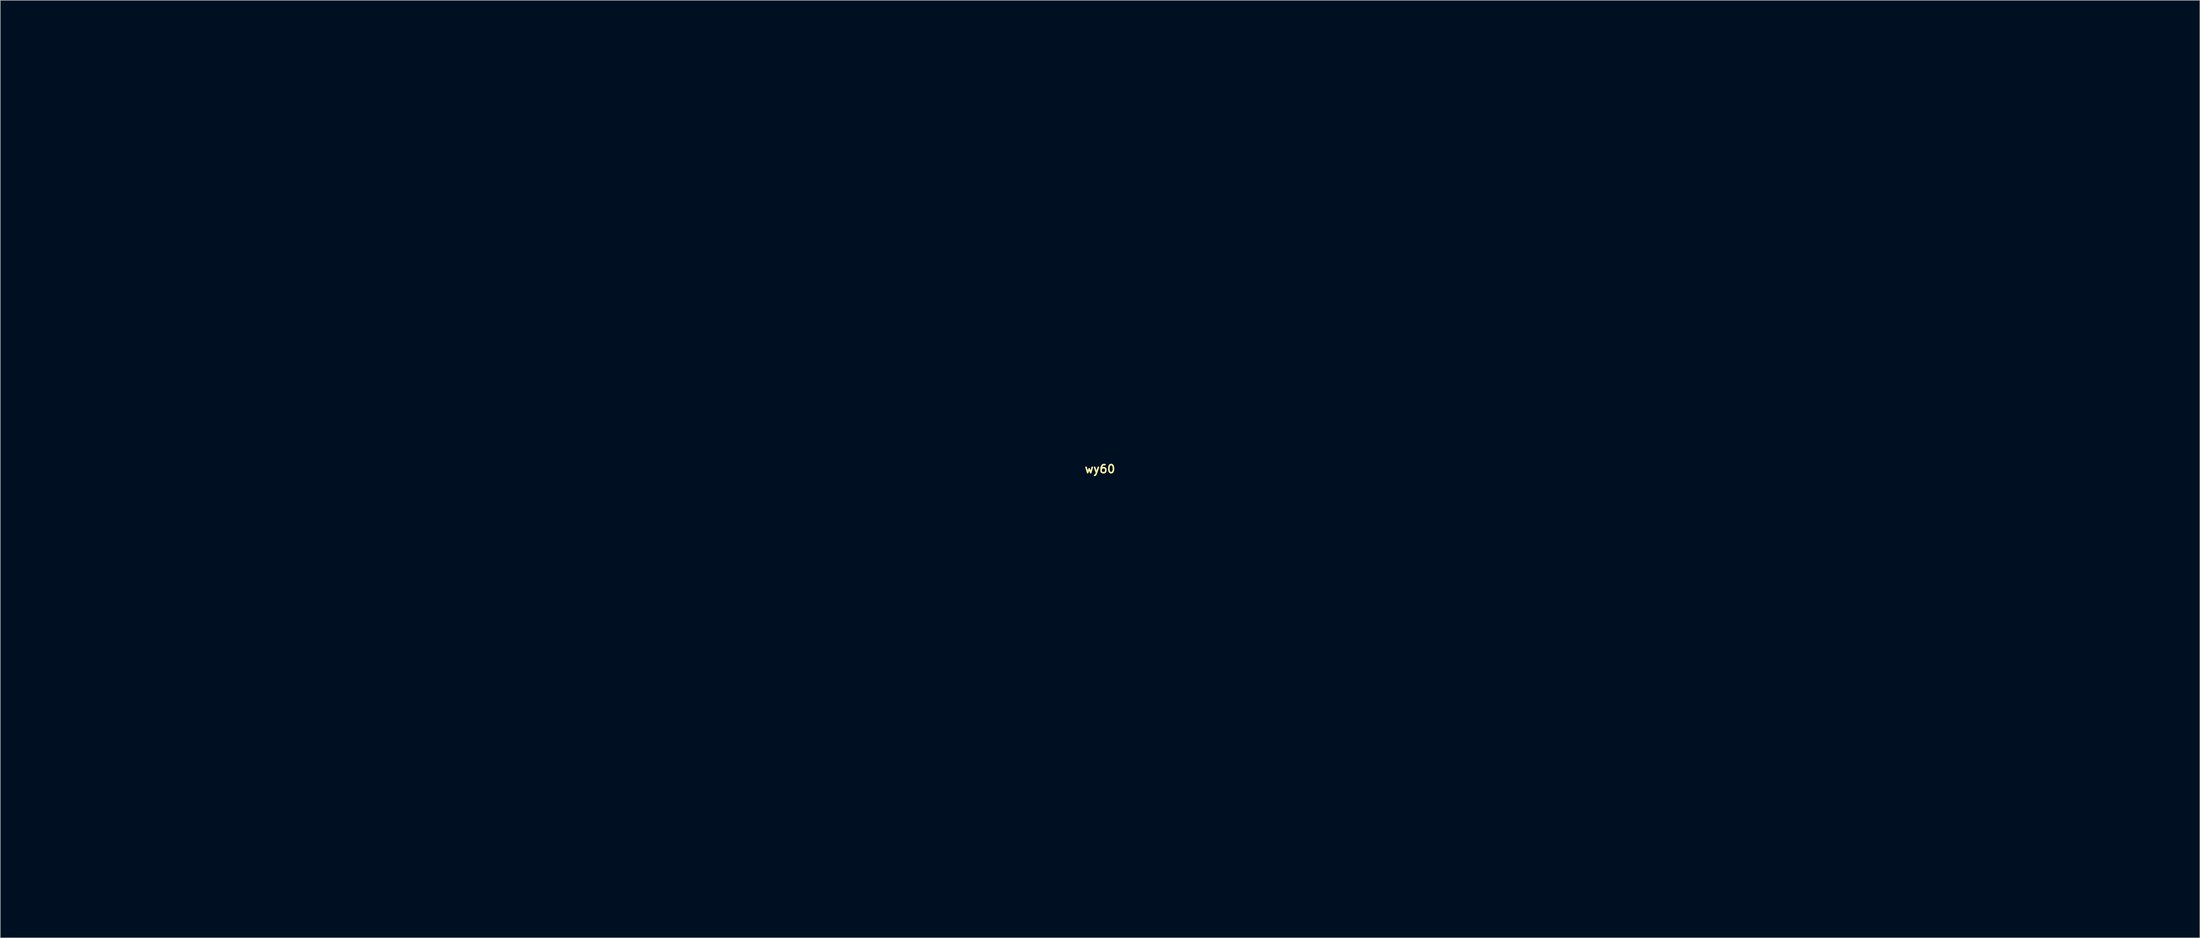
<source format=kicad_pcb>
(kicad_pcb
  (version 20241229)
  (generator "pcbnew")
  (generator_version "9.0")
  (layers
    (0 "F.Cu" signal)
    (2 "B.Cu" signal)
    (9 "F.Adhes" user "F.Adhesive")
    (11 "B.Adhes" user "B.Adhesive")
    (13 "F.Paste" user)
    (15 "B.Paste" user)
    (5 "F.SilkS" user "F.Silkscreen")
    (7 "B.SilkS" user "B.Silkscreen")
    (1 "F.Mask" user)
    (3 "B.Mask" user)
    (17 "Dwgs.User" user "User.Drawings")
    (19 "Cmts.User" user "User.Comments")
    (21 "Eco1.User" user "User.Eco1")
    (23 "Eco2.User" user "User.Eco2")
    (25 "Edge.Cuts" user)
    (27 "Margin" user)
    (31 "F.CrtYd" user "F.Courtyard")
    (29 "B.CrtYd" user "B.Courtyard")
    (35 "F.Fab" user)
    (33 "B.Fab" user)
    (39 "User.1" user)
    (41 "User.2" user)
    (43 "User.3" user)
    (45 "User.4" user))
  (footprint "wy60"
    (layer "F.Cu")
    (at 203.967 85.246)
    (property "Reference" "wy60" (at 0 0 0) (layer "F.SilkS") (effects (font (size 1.524 1.524) (thickness 0.3))))
    (attr through_hole)
    (fp_poly (pts (xy 41.494 -85.241) (xy 46.15 -85.241) (xy 50.777 -85.241) (xy 55.371 -85.241) (xy 59.93 -85.241) (xy 64.45 -85.241) (xy 68.929 -85.24) (xy 73.363 -85.24) (xy 77.75 -85.239) (xy 82.086 -85.239) (xy 86.368 -85.238) (xy 90.594 -85.238) (xy 94.76 -85.237) (xy 98.863 -85.237) (xy 102.901 -85.236) (xy 106.87 -85.235) (xy 110.768 -85.234) (xy 114.59 -85.233) (xy 118.335 -85.232) (xy 122 -85.231) (xy 125.58 -85.23) (xy 129.074 -85.229) (xy 132.478 -85.228) (xy 135.79 -85.227) (xy 139.005 -85.225) (xy 142.122 -85.224) (xy 145.137 -85.222) (xy 148.047 -85.221) (xy 150.849 -85.219) (xy 153.541 -85.218) (xy 156.118 -85.216) (xy 158.579 -85.214) (xy 160.92 -85.213) (xy 163.138 -85.211) (xy 165.23 -85.209) (xy 167.193 -85.207) (xy 169.024 -85.205) (xy 170.72 -85.203) (xy 172.279 -85.201) (xy 173.696 -85.198) (xy 174.969 -85.196) (xy 176.095 -85.194) (xy 177.072 -85.191) (xy 177.895 -85.189) (xy 178.562 -85.186) (xy 179.071 -85.184) (xy 179.417 -85.181) (xy 179.598 -85.179) (xy 179.62 -85.178) (xy 180.131 -85.14) (xy 180.612 -85.093) (xy 181.027 -85.044) (xy 181.336 -84.995) (xy 181.461 -84.966) (xy 182.128 -84.686) (xy 182.78 -84.268) (xy 183.386 -83.742) (xy 183.915 -83.138) (xy 184.337 -82.486) (xy 184.602 -81.873) (xy 184.658 -81.701) (xy 184.709 -81.541) (xy 184.753 -81.385) (xy 184.793 -81.221) (xy 184.828 -81.041) (xy 184.858 -80.835) (xy 184.884 -80.592) (xy 184.906 -80.302) (xy 184.924 -79.957) (xy 184.94 -79.545) (xy 184.952 -79.058) (xy 184.962 -78.484) (xy 184.97 -77.816) (xy 184.976 -77.041) (xy 184.981 -76.152) (xy 184.984 -75.137) (xy 184.987 -73.987) (xy 184.989 -72.693) (xy 184.991 -71.244) (xy 184.991 -70.485) (xy 184.993 -68.941) (xy 184.995 -67.557) (xy 184.997 -66.323) (xy 185 -65.23) (xy 185.004 -64.267) (xy 185.01 -63.425) (xy 185.018 -62.695) (xy 185.029 -62.066) (xy 185.042 -61.53) (xy 185.059 -61.076) (xy 185.08 -60.695) (xy 185.105 -60.377) (xy 185.135 -60.113) (xy 185.171 -59.893) (xy 185.211 -59.706) (xy 185.259 -59.545) (xy 185.312 -59.398) (xy 185.373 -59.257) (xy 185.441 -59.112) (xy 185.517 -58.952) (xy 185.523 -58.94) (xy 185.825 -58.436) (xy 186.259 -57.912) (xy 186.347 -57.82) (xy 186.858 -57.362) (xy 187.407 -56.999) (xy 188.027 -56.717) (xy 188.748 -56.504) (xy 189.601 -56.343) (xy 189.653 -56.336) (xy 189.795 -56.327) (xy 190.088 -56.319) (xy 190.516 -56.313) (xy 191.06 -56.306) (xy 191.705 -56.301) (xy 192.431 -56.298) (xy 193.222 -56.295) (xy 194.06 -56.295) (xy 194.225 -56.295) (xy 195.377 -56.294) (xy 196.374 -56.289) (xy 197.232 -56.279) (xy 197.964 -56.263) (xy 198.585 -56.24) (xy 199.111 -56.208) (xy 199.555 -56.166) (xy 199.933 -56.113) (xy 200.259 -56.047) (xy 200.549 -55.968) (xy 200.815 -55.875) (xy 201.075 -55.765) (xy 201.168 -55.722) (xy 201.565 -55.491) (xy 202.001 -55.166) (xy 202.419 -54.795) (xy 202.761 -54.424) (xy 202.761 -54.423) (xy 202.976 -54.108) (xy 203.214 -53.68) (xy 203.452 -53.191) (xy 203.666 -52.69) (xy 203.83 -52.227) (xy 203.848 -52.17) (xy 203.857 -52.129) (xy 203.866 -52.073) (xy 203.875 -51.996) (xy 203.883 -51.896) (xy 203.891 -51.767) (xy 203.899 -51.607) (xy 203.906 -51.41) (xy 203.913 -51.174) (xy 203.919 -50.895) (xy 203.925 -50.567) (xy 203.931 -50.189) (xy 203.936 -49.755) (xy 203.941 -49.262) (xy 203.946 -48.705) (xy 203.95 -48.082) (xy 203.955 -47.387) (xy 203.959 -46.618) (xy 203.962 -45.77) (xy 203.965 -44.839) (xy 203.969 -43.821) (xy 203.972 -42.713) (xy 203.974 -41.511) (xy 203.977 -40.21) (xy 203.979 -38.807) (xy 203.981 -37.297) (xy 203.983 -35.678) (xy 203.985 -33.944) (xy 203.986 -32.093) (xy 203.988 -30.119) (xy 203.989 -28.02) (xy 203.99 -25.792) (xy 203.991 -23.429) (xy 203.992 -20.929) (xy 203.993 -18.288) (xy 203.994 -15.502) (xy 203.994 -12.566) (xy 203.995 -9.477) (xy 203.996 -6.231) (xy 203.996 -2.824) (xy 203.997 0.747) (xy 203.997 1.27) (xy 203.997 4.34) (xy 203.997 7.4) (xy 203.997 10.443) (xy 203.997 13.463) (xy 203.997 16.455) (xy 203.997 19.414) (xy 203.996 22.332) (xy 203.996 25.205) (xy 203.995 28.027) (xy 203.994 30.791) (xy 203.993 33.493) (xy 203.992 36.126) (xy 203.991 38.684) (xy 203.99 41.163) (xy 203.989 43.555) (xy 203.987 45.856) (xy 203.986 48.059) (xy 203.984 50.159) (xy 203.982 52.15) (xy 203.98 54.025) (xy 203.978 55.781) (xy 203.976 57.41) (xy 203.974 58.906) (xy 203.972 60.265) (xy 203.97 61.48) (xy 203.968 62.545) (xy 203.965 63.455) (xy 203.963 64.204) (xy 203.962 64.474) (xy 203.956 66.009) (xy 203.949 67.384) (xy 203.944 68.608) (xy 203.938 69.69) (xy 203.932 70.639) (xy 203.925 71.464) (xy 203.918 72.175) (xy 203.911 72.78) (xy 203.903 73.288) (xy 203.893 73.71) (xy 203.883 74.053) (xy 203.871 74.327) (xy 203.858 74.541) (xy 203.843 74.704) (xy 203.827 74.825) (xy 203.808 74.914) (xy 203.787 74.979) (xy 203.769 75.021) (xy 203.676 75.148) (xy 203.476 75.378) (xy 203.183 75.697) (xy 202.813 76.088) (xy 202.379 76.537) (xy 201.895 77.029) (xy 201.376 77.549) (xy 201.321 77.603) (xy 200.782 78.139) (xy 200.26 78.659) (xy 199.773 79.147) (xy 199.336 79.584) (xy 198.969 79.954) (xy 198.687 80.24) (xy 198.509 80.423) (xy 198.268 80.671) (xy 197.951 80.994) (xy 197.572 81.375) (xy 197.149 81.798) (xy 196.698 82.247) (xy 196.236 82.706) (xy 195.777 83.159) (xy 195.34 83.59) (xy 194.939 83.982) (xy 194.592 84.319) (xy 194.315 84.586) (xy 194.124 84.767) (xy 194.035 84.844) (xy 194.033 84.845) (xy 193.941 84.887) (xy 193.824 84.924) (xy 193.67 84.957) (xy 193.47 84.986) (xy 193.213 85.011) (xy 192.889 85.033) (xy 192.487 85.052) (xy 191.997 85.068) (xy 191.408 85.083) (xy 190.711 85.095) (xy 189.894 85.106) (xy 188.947 85.116) (xy 187.861 85.125) (xy 186.624 85.134) (xy 185.509 85.141) (xy 185.102 85.143) (xy 184.529 85.145) (xy 183.794 85.147) (xy 182.902 85.149) (xy 181.855 85.152) (xy 180.658 85.154) (xy 179.314 85.156) (xy 177.827 85.159) (xy 176.201 85.161) (xy 174.44 85.164) (xy 172.548 85.166) (xy 170.528 85.169) (xy 168.384 85.171) (xy 166.119 85.174) (xy 163.739 85.176) (xy 161.246 85.179) (xy 158.644 85.182) (xy 155.937 85.184) (xy 153.129 85.187) (xy 150.224 85.19) (xy 147.225 85.192) (xy 144.136 85.195) (xy 140.961 85.198) (xy 137.704 85.2) (xy 134.368 85.203) (xy 130.958 85.205) (xy 127.476 85.208) (xy 123.928 85.211) (xy 120.316 85.213) (xy 116.645 85.216) (xy 112.918 85.218) (xy 109.139 85.221) (xy 105.312 85.223) (xy 101.44 85.225) (xy 97.528 85.228) (xy 93.579 85.23) (xy 89.596 85.232) (xy 85.585 85.234) (xy 84.525 85.235) (xy 79.482 85.237) (xy 74.605 85.24) (xy 69.894 85.242) (xy 65.345 85.244) (xy 60.957 85.246) (xy 56.726 85.247) (xy 52.652 85.249) (xy 48.731 85.25) (xy 44.961 85.251) (xy 41.34 85.252) (xy 37.866 85.253) (xy 34.536 85.254) (xy 31.349 85.254) (xy 28.301 85.254) (xy 25.392 85.255) (xy 22.618 85.254) (xy 19.977 85.254) (xy 17.467 85.254) (xy 15.085 85.253) (xy 12.83 85.252) (xy 10.7 85.251) (xy 8.691 85.25) (xy 6.802 85.248) (xy 5.03 85.247) (xy 3.373 85.245) (xy 1.829 85.243) (xy 0.396 85.241) (xy -0.928 85.238) (xy -2.147 85.235) (xy -3.262 85.233) (xy -4.275 85.23) (xy -5.189 85.226) (xy -6.005 85.223) (xy -6.727 85.219) (xy -7.357 85.215) (xy -7.896 85.211) (xy -8.347 85.207) (xy -8.712 85.202) (xy -8.994 85.198) (xy -9.194 85.193) (xy -9.315 85.187) (xy -9.357 85.183) (xy -9.764 85.037) (xy -10.098 84.805) (xy -10.4 84.457) (xy -10.569 84.201) (xy -10.88 83.693) (xy -10.929 81.788) (xy -10.95 81.089) (xy -10.975 80.532) (xy -11.01 80.089) (xy -11.058 79.732) (xy -11.125 79.432) (xy -11.215 79.163) (xy -11.332 78.896) (xy -11.455 78.655) (xy -11.921 77.939) (xy -12.489 77.344) (xy -13.143 76.879) (xy -13.866 76.555) (xy -14.643 76.381) (xy -15.19 76.354) (xy -15.613 76.378) (xy -15.885 76.432) (xy -16 76.494) (xy -16.184 76.603) (xy -16.404 76.674) (xy -16.603 76.745) (xy -16.713 76.843) (xy -16.714 76.845) (xy -16.825 76.941) (xy -16.93 76.962) (xy -17.106 76.992) (xy -17.334 77.068) (xy -17.56 77.165) (xy -17.727 77.26) (xy -17.78 77.321) (xy -17.848 77.379) (xy -17.9 77.385) (xy -18.023 77.444) (xy -18.207 77.591) (xy -18.41 77.784) (xy -18.587 77.979) (xy -18.696 78.135) (xy -18.711 78.183) (xy -18.775 78.298) (xy -18.868 78.374) (xy -19.005 78.532) (xy -19.148 78.818) (xy -19.285 79.193) (xy -19.402 79.617) (xy -19.485 80.049) (xy -19.516 80.327) (xy -19.536 80.659) (xy -19.555 81.106) (xy -19.573 81.617) (xy -19.587 82.137) (xy -19.589 82.254) (xy -19.603 82.773) (xy -19.623 83.156) (xy -19.653 83.439) (xy -19.698 83.655) (xy -19.762 83.838) (xy -19.793 83.909) (xy -19.967 84.195) (xy -20.226 84.51) (xy -20.524 84.809) (xy -20.818 85.048) (xy -21.043 85.176) (xy -21.137 85.18) (xy -21.396 85.183) (xy -21.815 85.187) (xy -22.39 85.19) (xy -23.118 85.193) (xy -23.993 85.196) (xy -25.011 85.199) (xy -26.168 85.202) (xy -27.46 85.205) (xy -28.882 85.208) (xy -30.43 85.211) (xy -32.1 85.213) (xy -33.886 85.216) (xy -35.786 85.218) (xy -37.794 85.221) (xy -39.906 85.223) (xy -42.118 85.225) (xy -44.425 85.227) (xy -46.823 85.229) (xy -49.308 85.231) (xy -51.876 85.232) (xy -54.522 85.234) (xy -57.241 85.236) (xy -60.03 85.237) (xy -62.884 85.238) (xy -65.798 85.24) (xy -68.769 85.241) (xy -71.792 85.242) (xy -74.862 85.243) (xy -77.976 85.244) (xy -81.129 85.245) (xy -84.316 85.245) (xy -87.534 85.246) (xy -90.777 85.246) (xy -94.042 85.247) (xy -97.324 85.247) (xy -100.619 85.247) (xy -103.923 85.248) (xy -107.231 85.248) (xy -110.539 85.247) (xy -113.842 85.247) (xy -117.136 85.247) (xy -120.417 85.247) (xy -123.681 85.246) (xy -126.923 85.246) (xy -130.138 85.245) (xy -133.323 85.244) (xy -136.473 85.244) (xy -139.584 85.243) (xy -142.651 85.242) (xy -145.67 85.241) (xy -148.637 85.239) (xy -151.547 85.238) (xy -154.396 85.237) (xy -157.18 85.235) (xy -159.894 85.234) (xy -162.534 85.232) (xy -165.096 85.23) (xy -167.575 85.228) (xy -169.966 85.227) (xy -172.267 85.225) (xy -174.471 85.222) (xy -176.576 85.22) (xy -178.576 85.218) (xy -180.467 85.215) (xy -182.245 85.213) (xy -183.906 85.21) (xy -185.445 85.208) (xy -186.857 85.205) (xy -188.139 85.202) (xy -189.286 85.199) (xy -190.294 85.196) (xy -191.158 85.193) (xy -191.875 85.189) (xy -192.439 85.186) (xy -192.846 85.183) (xy -193.093 85.179) (xy -193.167 85.176) (xy -193.528 85.141) (xy -193.84 85.094) (xy -194.052 85.045) (xy -194.098 85.027) (xy -194.182 84.954) (xy -194.374 84.772) (xy -194.663 84.493) (xy -195.038 84.126) (xy -195.487 83.683) (xy -196 83.176) (xy -196.566 82.615) (xy -197.173 82.012) (xy -197.81 81.378) (xy -198.466 80.723) (xy -199.131 80.059) (xy -199.792 79.397) (xy -200.439 78.748) (xy -201.061 78.123) (xy -201.646 77.534) (xy -201.857 77.321) (xy -195.309 77.321) (xy -195.196 77.735) (xy -194.963 78.112) (xy -194.603 78.424) (xy -194.496 78.487) (xy -194.102 78.617) (xy -193.652 78.633) (xy -193.214 78.541) (xy -192.925 78.398) (xy -192.571 78.063) (xy -192.34 77.651) (xy -192.241 77.198) (xy -192.281 76.739) (xy -192.466 76.311) (xy -192.494 76.271) (xy -192.832 75.891) (xy -193.216 75.663) (xy -193.679 75.571) (xy -193.81 75.568) (xy -194.287 75.639) (xy -194.682 75.834) (xy -194.988 76.127) (xy -195.198 76.491) (xy -195.307 76.898) (xy -195.309 77.321) (xy -201.857 77.321) (xy -202.184 76.991) (xy -202.663 76.506) (xy -203.072 76.09) (xy -203.4 75.753) (xy -203.636 75.507) (xy -203.769 75.363) (xy -203.789 75.34) (xy -203.962 75.115) (xy -203.962 73.271) (xy -132.753 73.271) (xy -132.678 73.86) (xy -132.654 73.947) (xy -132.522 74.223) (xy -132.299 74.53) (xy -132.023 74.825) (xy -131.737 75.068) (xy -131.478 75.217) (xy -131.405 75.239) (xy -131.209 75.297) (xy -131.1 75.364) (xy -131.1 75.364) (xy -130.991 75.41) (xy -130.78 75.433) (xy -130.532 75.434) (xy -130.312 75.412) (xy -130.185 75.368) (xy -130.179 75.36) (xy -130.068 75.287) (xy -129.888 75.228) (xy -129.566 75.086) (xy -129.235 74.816) (xy -128.929 74.456) (xy -128.687 74.04) (xy -128.68 74.025) (xy -128.539 73.656) (xy -128.48 73.41) (xy 0.939 73.41) (xy 1.062 73.89) (xy 1.195 74.173) (xy 1.385 74.507) (xy 1.562 74.741) (xy 1.776 74.925) (xy 2.077 75.109) (xy 2.215 75.184) (xy 2.686 75.379) (xy 3.13 75.431) (xy 3.588 75.34) (xy 3.977 75.172) (xy 4.399 74.914) (xy 4.684 74.637) (xy 196.8 74.637) (xy 196.923 75.112) (xy 197.058 75.362) (xy 197.361 75.681) (xy 197.76 75.902) (xy 198.207 76.014) (xy 198.656 76.003) (xy 198.992 75.893) (xy 199.343 75.677) (xy 199.59 75.416) (xy 199.738 75.166) (xy 199.886 74.702) (xy 199.876 74.23) (xy 199.715 73.781) (xy 199.408 73.387) (xy 199.363 73.346) (xy 199.071 73.145) (xy 198.729 72.987) (xy 198.411 72.904) (xy 198.332 72.899) (xy 198.042 72.951) (xy 197.705 73.084) (xy 197.399 73.266) (xy 197.319 73.33) (xy 197.003 73.712) (xy 196.828 74.159) (xy 196.8 74.637) (xy 4.684 74.637) (xy 4.713 74.609) (xy 4.963 74.209) (xy 5.074 73.97) (xy 5.214 73.535) (xy 5.23 73.128) (xy 5.121 72.695) (xy 5.09 72.623) (xy 11.515 72.623) (xy 11.589 73.121) (xy 11.795 73.539) (xy 12.107 73.863) (xy 12.501 74.077) (xy 12.952 74.166) (xy 13.435 74.116) (xy 13.775 73.991) (xy 14.117 73.74) (xy 14.399 73.372) (xy 14.582 72.934) (xy 14.596 72.878) (xy 14.61 72.469) (xy 14.484 72.056) (xy 14.244 71.675) (xy 13.915 71.363) (xy 13.522 71.158) (xy 13.432 71.132) (xy 12.945 71.089) (xy 12.489 71.193) (xy 12.091 71.425) (xy 11.779 71.763) (xy 11.578 72.186) (xy 11.515 72.623) (xy 5.09 72.623) (xy 5.006 72.426) (xy 4.674 71.897) (xy 4.246 71.506) (xy 3.724 71.255) (xy 3.689 71.245) (xy 3.339 71.154) (xy 3.061 71.128) (xy 2.773 71.168) (xy 2.488 71.245) (xy 1.986 71.478) (xy 1.547 71.846) (xy 1.206 72.315) (xy 1.148 72.429) (xy 0.968 72.936) (xy 0.939 73.41) (xy -128.48 73.41) (xy -128.458 73.318) (xy -128.441 73.046) (xy -128.494 72.88) (xy -128.517 72.86) (xy -128.59 72.749) (xy -128.65 72.564) (xy -128.762 72.311) (xy -128.978 72.014) (xy -129.257 71.718) (xy -129.558 71.467) (xy -129.741 71.352) (xy -130.071 71.225) (xy -130.467 71.171) (xy -130.641 71.167) (xy -131.22 71.241) (xy -131.73 71.454) (xy -132.153 71.785) (xy -132.475 72.212) (xy -132.68 72.715) (xy -132.753 73.271) (xy -203.962 73.271) (xy -203.962 62.507) (xy -180.339 62.507) (xy -180.279 62.651) (xy -180.126 62.853) (xy -179.922 63.072) (xy -179.708 63.265) (xy -179.526 63.391) (xy -179.448 63.415) (xy -179.299 63.367) (xy -179.092 63.245) (xy -179.026 63.197) (xy -178.745 62.901) (xy -178.615 62.575) (xy -178.621 62.489) (xy -68.411 62.489) (xy -68.375 62.699) (xy -68.246 62.905) (xy -68.068 63.09) (xy -67.85 63.271) (xy -67.654 63.389) (xy -67.564 63.415) (xy -67.415 63.36) (xy -67.206 63.217) (xy -67.06 63.09) (xy -66.841 62.853) (xy -66.738 62.651) (xy -66.718 62.49) (xy 34.121 62.49) (xy 34.183 62.694) (xy 34.342 62.934) (xy 34.554 63.166) (xy 34.776 63.341) (xy 34.966 63.415) (xy 34.974 63.415) (xy 35.119 63.36) (xy 35.326 63.217) (xy 35.472 63.09) (xy 35.714 62.808) (xy 35.811 62.54) (xy 35.803 62.47) (xy 53.24 62.47) (xy 53.323 62.776) (xy 53.57 63.08) (xy 53.664 63.162) (xy 53.905 63.34) (xy 54.086 63.401) (xy 54.266 63.348) (xy 54.452 63.225) (xy 54.753 62.928) (xy 54.899 62.606) (xy 54.896 62.485) (xy 72.216 62.485) (xy 72.308 62.763) (xy 72.56 63.067) (xy 72.57 63.077) (xy 72.787 63.263) (xy 72.98 63.386) (xy 73.074 63.415) (xy 73.219 63.36) (xy 73.426 63.217) (xy 73.572 63.09) (xy 73.819 62.798) (xy 73.912 62.52) (xy 73.91 62.507) (xy 91.356 62.507) (xy 91.416 62.65) (xy 91.568 62.852) (xy 91.772 63.071) (xy 91.985 63.265) (xy 92.167 63.39) (xy 92.246 63.415) (xy 92.398 63.368) (xy 92.601 63.25) (xy 92.637 63.225) (xy 92.937 62.928) (xy 93.084 62.606) (xy 93.083 62.567) (xy 132.435 62.567) (xy 132.561 62.848) (xy 132.592 62.889) (xy 132.78 63.085) (xy 133.008 63.264) (xy 133.217 63.383) (xy 133.308 63.409) (xy 133.431 63.369) (xy 133.616 63.267) (xy 133.626 63.26) (xy 133.922 63.011) (xy 134.074 62.734) (xy 134.109 62.468) (xy 134.077 62.312) (xy 161.164 62.312) (xy 161.165 62.616) (xy 161.316 62.913) (xy 161.574 63.18) (xy 161.806 63.35) (xy 162.002 63.395) (xy 162.207 63.312) (xy 162.465 63.096) (xy 162.472 63.09) (xy 162.714 62.808) (xy 162.811 62.54) (xy 162.775 62.237) (xy 162.733 62.113) (xy 162.575 61.9) (xy 162.313 61.73) (xy 162.014 61.642) (xy 161.936 61.637) (xy 161.69 61.708) (xy 161.439 61.887) (xy 161.242 62.125) (xy 161.164 62.312) (xy 134.077 62.312) (xy 134.035 62.112) (xy 133.908 61.917) (xy 133.743 61.763) (xy 133.552 61.694) (xy 133.306 61.68) (xy 133.04 61.697) (xy 132.861 61.772) (xy 132.688 61.943) (xy 132.663 61.973) (xy 132.469 62.283) (xy 132.435 62.567) (xy 93.083 62.567) (xy 93.075 62.281) (xy 92.908 61.976) (xy 92.782 61.851) (xy 92.459 61.674) (xy 92.118 61.662) (xy 91.879 61.752) (xy 91.676 61.919) (xy 91.492 62.157) (xy 91.375 62.398) (xy 91.356 62.507) (xy 73.91 62.507) (xy 73.86 62.22) (xy 73.793 62.073) (xy 73.571 61.8) (xy 73.279 61.664) (xy 72.955 61.668) (xy 72.634 61.817) (xy 72.509 61.925) (xy 72.283 62.214) (xy 72.216 62.485) (xy 54.896 62.485) (xy 54.891 62.281) (xy 54.724 61.976) (xy 54.597 61.851) (xy 54.281 61.681) (xy 53.947 61.662) (xy 53.635 61.785) (xy 53.383 62.04) (xy 53.319 62.153) (xy 53.24 62.47) (xy 35.803 62.47) (xy 35.775 62.237) (xy 35.733 62.113) (xy 35.573 61.897) (xy 35.306 61.727) (xy 34.997 61.642) (xy 34.918 61.637) (xy 34.686 61.709) (xy 34.447 61.893) (xy 34.247 62.138) (xy 34.132 62.395) (xy 34.121 62.49) (xy -66.718 62.49) (xy -66.717 62.489) (xy -66.792 62.203) (xy -66.985 61.934) (xy -67.247 61.73) (xy -67.531 61.638) (xy -67.564 61.637) (xy -67.848 61.713) (xy -68.115 61.906) (xy -68.319 62.17) (xy -68.41 62.456) (xy -68.411 62.489) (xy -178.621 62.489) (xy -178.638 62.246) (xy -178.815 61.941) (xy -178.948 61.818) (xy -179.264 61.663) (xy -179.593 61.666) (xy -179.908 61.818) (xy -180.175 62.109) (xy -180.288 62.32) (xy -180.339 62.498) (xy -180.339 62.507) (xy -203.962 62.507) (xy -203.962 59.872) (xy -173.987 59.872) (xy -173.902 60.201) (xy -173.859 60.291) (xy -173.639 60.558) (xy -173.349 60.688) (xy -173.021 60.675) (xy -172.688 60.517) (xy -172.596 60.443) (xy -172.357 60.16) (xy -172.289 59.883) (xy -62.124 59.883) (xy -62.039 60.212) (xy -62.022 60.244) (xy -61.786 60.53) (xy -61.48 60.682) (xy -61.14 60.685) (xy -60.933 60.61) (xy -60.695 60.435) (xy -60.496 60.197) (xy -60.382 59.959) (xy -60.377 59.925) (xy 40.458 59.925) (xy 40.559 60.253) (xy 40.718 60.459) (xy 41.023 60.67) (xy 41.34 60.714) (xy 41.658 60.592) (xy 41.879 60.404) (xy 42.087 60.132) (xy 42.148 59.888) (xy 42.111 59.781) (xy 59.56 59.781) (xy 59.579 60.078) (xy 59.698 60.348) (xy 59.899 60.562) (xy 60.165 60.689) (xy 60.477 60.699) (xy 60.733 60.611) (xy 61.037 60.38) (xy 61.19 60.091) (xy 61.19 59.896) (xy 78.534 59.896) (xy 78.546 60.051) (xy 78.68 60.345) (xy 78.924 60.559) (xy 79.232 60.675) (xy 79.557 60.676) (xy 79.853 60.545) (xy 79.86 60.54) (xy 80.114 60.26) (xy 80.216 59.955) (xy 80.195 59.842) (xy 97.728 59.842) (xy 97.793 60.198) (xy 97.829 60.277) (xy 98.052 60.553) (xy 98.344 60.687) (xy 98.672 60.677) (xy 99.007 60.517) (xy 99.099 60.443) (xy 99.338 60.16) (xy 99.389 59.954) (xy 138.76 59.954) (xy 138.865 60.269) (xy 139.016 60.459) (xy 139.321 60.67) (xy 139.638 60.714) (xy 139.956 60.592) (xy 140.177 60.404) (xy 140.392 60.116) (xy 140.435 59.925) (xy 167.458 59.925) (xy 167.559 60.253) (xy 167.718 60.459) (xy 168.023 60.67) (xy 168.34 60.714) (xy 168.658 60.592) (xy 168.879 60.404) (xy 169.093 60.122) (xy 169.154 59.869) (xy 169.062 59.612) (xy 168.835 59.341) (xy 168.587 59.142) (xy 181.271 59.142) (xy 181.307 59.39) (xy 181.439 59.61) (xy 181.559 59.741) (xy 181.827 59.954) (xy 182.082 60.019) (xy 182.372 59.942) (xy 182.468 59.896) (xy 182.701 59.697) (xy 182.866 59.411) (xy 182.93 59.104) (xy 182.915 58.969) (xy 182.771 58.703) (xy 182.517 58.483) (xy 182.212 58.353) (xy 182.063 58.335) (xy 181.739 58.413) (xy 181.474 58.618) (xy 181.308 58.911) (xy 181.271 59.142) (xy 168.587 59.142) (xy 168.53 59.096) (xy 168.253 59.012) (xy 167.982 59.088) (xy 167.741 59.277) (xy 167.519 59.591) (xy 167.458 59.925) (xy 140.435 59.925) (xy 140.452 59.854) (xy 140.362 59.589) (xy 140.316 59.518) (xy 140.028 59.19) (xy 139.736 59.031) (xy 139.441 59.042) (xy 139.141 59.221) (xy 139.052 59.305) (xy 138.823 59.63) (xy 138.76 59.954) (xy 99.389 59.954) (xy 99.409 59.873) (xy 99.311 59.576) (xy 99.1 59.312) (xy 98.809 59.086) (xy 98.532 59.021) (xy 98.241 59.116) (xy 98.077 59.226) (xy 97.825 59.509) (xy 97.728 59.842) (xy 80.195 59.842) (xy 80.158 59.647) (xy 80.145 59.621) (xy 79.956 59.362) (xy 79.703 59.15) (xy 79.442 59.027) (xy 79.338 59.013) (xy 79.045 59.09) (xy 78.791 59.292) (xy 78.61 59.576) (xy 78.534 59.896) (xy 61.19 59.896) (xy 61.189 59.771) (xy 61.031 59.445) (xy 60.915 59.312) (xy 60.623 59.086) (xy 60.346 59.021) (xy 60.056 59.116) (xy 59.895 59.223) (xy 59.66 59.486) (xy 59.56 59.781) (xy 42.111 59.781) (xy 42.061 59.636) (xy 41.842 59.358) (xy 41.545 59.103) (xy 41.27 59.01) (xy 40.999 59.078) (xy 40.741 59.277) (xy 40.519 59.591) (xy 40.458 59.925) (xy -60.377 59.925) (xy -60.37 59.88) (xy -60.431 59.702) (xy -60.596 59.471) (xy -60.706 59.351) (xy -61.014 59.103) (xy -61.292 59.014) (xy -61.564 59.083) (xy -61.793 59.254) (xy -62.042 59.566) (xy -62.124 59.883) (xy -172.289 59.883) (xy -172.287 59.873) (xy -172.384 59.576) (xy -172.596 59.312) (xy -172.891 59.082) (xy -173.168 59.015) (xy -173.45 59.111) (xy -173.688 59.298) (xy -173.918 59.583) (xy -173.987 59.872) (xy -203.962 59.872) (xy -203.962 57.874) (xy -132.283 57.874) (xy -132.21 58.372) (xy -132 58.802) (xy -131.681 59.145) (xy -131.278 59.385) (xy -130.817 59.502) (xy -130.324 59.479) (xy -130.069 59.408) (xy -129.64 59.169) (xy -129.312 58.818) (xy -129.096 58.389) (xy -129.007 57.916) (xy -129.033 57.657) (xy 1.447 57.657) (xy 1.464 58.079) (xy 1.566 58.474) (xy 1.57 58.485) (xy 1.837 58.925) (xy 2.206 59.251) (xy 2.646 59.452) (xy 3.126 59.514) (xy 3.617 59.424) (xy 3.706 59.39) (xy 4.148 59.121) (xy 4.474 58.751) (xy 4.673 58.309) (xy 4.732 57.825) (xy 4.639 57.329) (xy 4.582 57.189) (xy 4.377 56.861) (xy 4.098 56.575) (xy 3.798 56.38) (xy 3.676 56.336) (xy 3.521 56.271) (xy 3.471 56.209) (xy 3.398 56.149) (xy 3.212 56.134) (xy 2.96 56.159) (xy 2.692 56.22) (xy 2.483 56.299) (xy 2.164 56.507) (xy 1.856 56.795) (xy 1.613 57.107) (xy 1.518 57.292) (xy 1.447 57.657) (xy -129.033 57.657) (xy -129.056 57.431) (xy -129.186 57.089) (xy -129.355 56.844) (xy -129.587 56.606) (xy -129.834 56.415) (xy -130.05 56.312) (xy -130.11 56.303) (xy -130.209 56.25) (xy -130.217 56.219) (xy -130.293 56.17) (xy -130.488 56.14) (xy -130.641 56.134) (xy -130.882 56.148) (xy -131.035 56.182) (xy -131.064 56.209) (xy -131.135 56.285) (xy -131.262 56.335) (xy -131.613 56.504) (xy -131.913 56.804) (xy -132.139 57.196) (xy -132.265 57.643) (xy -132.283 57.874) (xy -203.962 57.874) (xy -203.962 52.891) (xy 178.64 52.891) (xy 178.719 53.183) (xy 178.892 53.416) (xy 179.196 53.633) (xy 179.531 53.694) (xy 179.868 53.598) (xy 180.103 53.421) (xy 180.268 53.231) (xy 180.328 53.059) (xy 180.315 52.815) (xy 180.314 52.807) (xy 180.225 52.494) (xy 180.023 52.248) (xy 179.989 52.218) (xy 179.713 52.039) (xy 179.461 52.005) (xy 179.198 52.12) (xy 178.982 52.295) (xy 178.727 52.599) (xy 178.64 52.891) (xy -203.962 52.891) (xy -203.962 43.46) (xy -189.741 43.46) (xy -189.616 43.789) (xy -189.463 43.985) (xy -189.18 44.215) (xy -188.909 44.279) (xy -188.634 44.177) (xy -188.413 43.989) (xy -188.217 43.743) (xy -188.136 43.508) (xy -188.13 43.394) (xy -168.325 43.394) (xy -168.232 43.677) (xy -168 43.959) (xy -167.698 44.198) (xy -167.425 44.277) (xy -167.158 44.195) (xy -166.908 43.989) (xy -166.678 43.664) (xy -166.616 43.339) (xy -166.619 43.33) (xy -146.767 43.33) (xy -146.709 43.662) (xy -146.682 43.724) (xy -146.551 43.931) (xy -146.406 44.061) (xy -146.38 44.072) (xy -146.248 44.148) (xy -146.219 44.202) (xy -146.156 44.286) (xy -145.994 44.289) (xy -145.777 44.223) (xy -145.551 44.099) (xy -145.421 43.996) (xy -145.18 43.683) (xy -145.115 43.404) (xy -127.843 43.404) (xy -127.752 43.672) (xy -127.529 43.948) (xy -127.233 44.194) (xy -126.964 44.279) (xy -126.701 44.204) (xy -126.437 43.989) (xy -126.208 43.664) (xy -126.156 43.398) (xy -108.881 43.398) (xy -108.825 43.558) (xy -108.679 43.776) (xy -108.543 43.932) (xy -108.248 44.181) (xy -107.98 44.275) (xy -107.71 44.221) (xy -107.53 44.114) (xy -107.272 43.848) (xy -107.147 43.54) (xy -107.147 43.404) (xy -89.743 43.404) (xy -89.652 43.672) (xy -89.429 43.948) (xy -89.133 44.194) (xy -88.864 44.279) (xy -88.601 44.204) (xy -88.337 43.989) (xy -88.108 43.664) (xy -88.056 43.398) (xy -70.781 43.398) (xy -70.712 43.614) (xy -70.534 43.855) (xy -70.296 44.075) (xy -70.043 44.232) (xy -69.85 44.281) (xy -69.672 44.258) (xy -69.596 44.203) (xy -69.596 44.202) (xy -69.526 44.117) (xy -69.419 44.067) (xy -69.27 43.955) (xy -69.136 43.753) (xy -69.118 43.715) (xy -69.061 43.43) (xy -51.647 43.43) (xy -51.533 43.718) (xy -51.329 43.959) (xy -51.036 44.194) (xy -50.771 44.271) (xy -50.507 44.191) (xy -50.256 43.996) (xy -50.015 43.683) (xy -49.95 43.405) (xy -32.682 43.405) (xy -32.591 43.666) (xy -32.34 43.954) (xy -32.336 43.958) (xy -32.038 44.189) (xy -31.78 44.269) (xy -31.529 44.199) (xy -31.274 44.002) (xy -31.043 43.692) (xy -30.963 43.369) (xy -30.969 43.335) (xy -13.594 43.335) (xy -13.548 43.563) (xy -13.448 43.736) (xy -13.288 43.932) (xy -13.135 44.06) (xy -13.102 44.075) (xy -12.977 44.152) (xy -12.954 44.202) (xy -12.89 44.286) (xy -12.728 44.289) (xy -12.512 44.223) (xy -12.285 44.099) (xy -12.156 43.996) (xy -11.915 43.683) (xy -11.863 43.46) (xy 5.585 43.46) (xy 5.71 43.789) (xy 5.863 43.985) (xy 6.143 44.212) (xy 6.413 44.274) (xy 6.696 44.173) (xy 6.903 44.013) (xy 7.093 43.811) (xy 7.179 43.619) (xy 7.197 43.386) (xy 7.184 43.326) (xy 24.666 43.326) (xy 24.716 43.654) (xy 24.749 43.732) (xy 24.884 43.935) (xy 25.039 44.061) (xy 25.057 44.067) (xy 25.196 44.143) (xy 25.231 44.202) (xy 25.294 44.286) (xy 25.456 44.289) (xy 25.673 44.223) (xy 25.899 44.099) (xy 26.029 43.996) (xy 26.27 43.683) (xy 26.34 43.379) (xy 48.415 43.379) (xy 48.496 43.647) (xy 48.724 43.948) (xy 48.952 44.171) (xy 49.178 44.269) (xy 49.458 44.23) (xy 49.758 44.06) (xy 49.787 44.036) (xy 49.973 43.858) (xy 50.058 43.684) (xy 50.08 43.434) (xy 50.08 43.43) (xy 72.305 43.43) (xy 72.419 43.718) (xy 72.623 43.959) (xy 72.916 44.194) (xy 73.181 44.271) (xy 73.445 44.191) (xy 73.696 43.996) (xy 73.937 43.683) (xy 74.003 43.398) (xy 91.355 43.398) (xy 91.425 43.614) (xy 91.602 43.855) (xy 91.841 44.075) (xy 92.094 44.232) (xy 92.287 44.281) (xy 92.465 44.258) (xy 92.541 44.203) (xy 92.541 44.202) (xy 92.61 44.115) (xy 92.702 44.072) (xy 92.842 43.965) (xy 92.981 43.768) (xy 93.004 43.724) (xy 93.078 43.426) (xy 122.975 43.426) (xy 123.083 43.742) (xy 123.279 43.985) (xy 123.577 44.212) (xy 123.854 44.275) (xy 124.129 44.173) (xy 124.346 43.989) (xy 124.575 43.664) (xy 124.615 43.457) (xy 142.063 43.457) (xy 142.185 43.775) (xy 142.373 43.996) (xy 142.583 44.15) (xy 142.811 44.254) (xy 143.013 44.296) (xy 143.144 44.265) (xy 143.171 44.202) (xy 143.241 44.115) (xy 143.332 44.072) (xy 143.473 43.965) (xy 143.612 43.768) (xy 143.634 43.724) (xy 143.716 43.403) (xy 161.181 43.403) (xy 161.274 43.729) (xy 161.475 43.996) (xy 161.771 44.218) (xy 162.049 44.274) (xy 162.328 44.163) (xy 162.53 43.989) (xy 162.727 43.743) (xy 162.807 43.508) (xy 162.814 43.389) (xy 162.742 43.079) (xy 162.553 42.812) (xy 162.291 42.635) (xy 162.062 42.587) (xy 161.681 42.654) (xy 161.398 42.834) (xy 161.227 43.095) (xy 161.181 43.403) (xy 143.716 43.403) (xy 143.72 43.387) (xy 143.666 43.084) (xy 143.504 42.836) (xy 143.263 42.661) (xy 142.973 42.582) (xy 142.665 42.618) (xy 142.368 42.788) (xy 142.318 42.835) (xy 142.107 43.14) (xy 142.063 43.457) (xy 124.615 43.457) (xy 124.638 43.339) (xy 124.533 43.024) (xy 124.382 42.835) (xy 124.076 42.628) (xy 123.75 42.587) (xy 123.418 42.71) (xy 123.259 42.831) (xy 123.034 43.119) (xy 122.975 43.426) (xy 93.078 43.426) (xy 93.09 43.375) (xy 93.028 43.057) (xy 92.839 42.799) (xy 92.542 42.633) (xy 92.236 42.587) (xy 92.001 42.619) (xy 91.799 42.737) (xy 91.64 42.89) (xy 91.463 43.121) (xy 91.364 43.335) (xy 91.355 43.398) (xy 74.003 43.398) (xy 74.011 43.364) (xy 73.919 43.05) (xy 73.751 42.835) (xy 73.441 42.625) (xy 73.107 42.577) (xy 72.777 42.691) (xy 72.569 42.857) (xy 72.356 43.149) (xy 72.305 43.43) (xy 50.08 43.43) (xy 50.08 43.394) (xy 50.061 43.119) (xy 49.982 42.936) (xy 49.843 42.792) (xy 49.518 42.611) (xy 49.171 42.585) (xy 48.841 42.71) (xy 48.675 42.85) (xy 48.477 43.121) (xy 48.415 43.379) (xy 26.34 43.379) (xy 26.344 43.364) (xy 26.251 43.05) (xy 26.084 42.835) (xy 25.794 42.639) (xy 25.485 42.582) (xy 25.187 42.642) (xy 24.932 42.8) (xy 24.748 43.034) (xy 24.666 43.326) (xy 7.184 43.326) (xy 7.126 43.044) (xy 6.938 42.788) (xy 6.671 42.631) (xy 6.361 42.589) (xy 6.047 42.678) (xy 5.835 42.835) (xy 5.627 43.139) (xy 5.585 43.46) (xy -11.863 43.46) (xy -11.841 43.364) (xy -11.933 43.05) (xy -12.101 42.835) (xy -12.412 42.626) (xy -12.75 42.577) (xy -13.083 42.688) (xy -13.281 42.843) (xy -13.508 43.109) (xy -13.594 43.335) (xy -30.969 43.335) (xy -31.02 43.065) (xy -31.201 42.812) (xy -31.494 42.642) (xy -31.843 42.587) (xy -32.113 42.66) (xy -32.389 42.871) (xy -32.614 43.148) (xy -32.682 43.405) (xy -49.95 43.405) (xy -49.941 43.364) (xy -50.033 43.05) (xy -50.201 42.835) (xy -50.511 42.625) (xy -50.845 42.577) (xy -51.175 42.691) (xy -51.383 42.857) (xy -51.596 43.149) (xy -51.647 43.43) (xy -69.061 43.43) (xy -69.046 43.355) (xy -69.121 43.033) (xy -69.324 42.779) (xy -69.632 42.622) (xy -69.901 42.587) (xy -70.135 42.619) (xy -70.338 42.737) (xy -70.496 42.89) (xy -70.674 43.121) (xy -70.773 43.335) (xy -70.781 43.398) (xy -88.056 43.398) (xy -88.045 43.339) (xy -88.149 43.024) (xy -88.301 42.835) (xy -88.605 42.625) (xy -88.925 42.583) (xy -89.251 42.707) (xy -89.455 42.871) (xy -89.677 43.146) (xy -89.743 43.404) (xy -107.147 43.404) (xy -107.147 43.227) (xy -107.262 42.943) (xy -107.481 42.722) (xy -107.794 42.601) (xy -107.956 42.587) (xy -108.198 42.609) (xy -108.383 42.698) (xy -108.586 42.891) (xy -108.595 42.9) (xy -108.763 43.12) (xy -108.866 43.322) (xy -108.881 43.398) (xy -126.156 43.398) (xy -126.145 43.339) (xy -126.249 43.024) (xy -126.401 42.835) (xy -126.705 42.625) (xy -127.025 42.583) (xy -127.351 42.707) (xy -127.555 42.871) (xy -127.777 43.146) (xy -127.843 43.404) (xy -145.115 43.404) (xy -145.106 43.364) (xy -145.199 43.05) (xy -145.366 42.835) (xy -145.658 42.638) (xy -145.967 42.579) (xy -146.262 42.64) (xy -146.514 42.798) (xy -146.692 43.035) (xy -146.767 43.33) (xy -166.619 43.33) (xy -166.72 43.024) (xy -166.871 42.835) (xy -167.175 42.627) (xy -167.499 42.587) (xy -167.835 42.713) (xy -168.018 42.85) (xy -168.254 43.123) (xy -168.325 43.394) (xy -188.13 43.394) (xy -188.129 43.389) (xy -188.207 43.058) (xy -188.412 42.789) (xy -188.707 42.622) (xy -188.934 42.587) (xy -189.216 42.637) (xy -189.463 42.808) (xy -189.491 42.835) (xy -189.699 43.139) (xy -189.741 43.46) (xy -203.962 43.46) (xy -203.962 40.74) (xy -183.459 40.74) (xy -183.415 41.083) (xy -183.24 41.38) (xy -183.04 41.538) (xy -182.75 41.642) (xy -182.465 41.607) (xy -182.296 41.533) (xy -182.018 41.316) (xy -181.833 41.026) (xy -181.779 40.77) (xy -181.782 40.761) (xy -161.967 40.761) (xy -161.92 41.123) (xy -161.766 41.378) (xy -161.563 41.524) (xy -161.261 41.639) (xy -160.983 41.616) (xy -160.795 41.536) (xy -160.598 41.379) (xy -160.422 41.153) (xy -160.404 41.122) (xy -160.306 40.905) (xy -160.298 40.741) (xy -140.516 40.741) (xy -140.494 40.92) (xy -140.407 41.122) (xy -140.204 41.408) (xy -139.942 41.598) (xy -139.713 41.655) (xy -139.563 41.621) (xy -139.349 41.537) (xy -139.322 41.525) (xy -139.039 41.312) (xy -138.887 41.03) (xy -138.866 40.714) (xy -138.884 40.664) (xy -121.488 40.664) (xy -121.473 40.979) (xy -121.375 41.246) (xy -121.347 41.285) (xy -121.057 41.547) (xy -120.747 41.642) (xy -120.405 41.573) (xy -120.31 41.528) (xy -120.052 41.335) (xy -119.919 41.068) (xy -119.893 40.81) (xy -102.532 40.81) (xy -102.458 41.106) (xy -102.35 41.271) (xy -102.06 41.528) (xy -101.736 41.626) (xy -101.405 41.564) (xy -101.094 41.341) (xy -101.071 41.316) (xy -100.875 41.021) (xy -100.85 40.809) (xy -83.397 40.809) (xy -83.337 41.163) (xy -83.149 41.419) (xy -82.992 41.524) (xy -82.696 41.638) (xy -82.422 41.618) (xy -82.21 41.528) (xy -81.952 41.335) (xy -81.819 41.067) (xy -81.793 40.81) (xy -64.432 40.81) (xy -64.358 41.106) (xy -64.25 41.271) (xy -63.96 41.528) (xy -63.636 41.626) (xy -63.305 41.564) (xy -62.994 41.341) (xy -62.971 41.316) (xy -62.775 41.021) (xy -62.744 40.761) (xy -45.297 40.761) (xy -45.25 41.123) (xy -45.095 41.378) (xy -44.892 41.524) (xy -44.576 41.641) (xy -44.29 41.613) (xy -44.169 41.561) (xy -43.892 41.336) (xy -43.725 41.028) (xy -43.692 40.748) (xy -26.321 40.748) (xy -26.273 41.09) (xy -26.082 41.386) (xy -25.923 41.511) (xy -25.648 41.635) (xy -25.379 41.631) (xy -25.194 41.573) (xy -24.949 41.403) (xy -24.762 41.134) (xy -24.715 40.978) (xy -7.205 40.978) (xy -7.07 41.276) (xy -6.826 41.494) (xy -6.51 41.633) (xy -6.234 41.625) (xy -6.009 41.512) (xy -5.753 41.296) (xy -5.625 41.069) (xy -5.611 40.962) (xy 11.872 40.962) (xy 12.002 41.271) (xy 12.262 41.515) (xy 12.546 41.613) (xy 12.87 41.606) (xy 13.15 41.497) (xy 13.186 41.47) (xy 13.31 41.317) (xy 13.429 41.097) (xy 13.434 41.084) (xy 13.488 40.752) (xy 13.484 40.741) (xy 30.934 40.741) (xy 30.956 40.92) (xy 31.043 41.122) (xy 31.271 41.436) (xy 31.558 41.602) (xy 31.875 41.615) (xy 32.193 41.471) (xy 32.364 41.316) (xy 32.555 41.014) (xy 32.578 40.741) (xy 54.738 40.741) (xy 54.746 40.911) (xy 54.838 41.132) (xy 54.839 41.133) (xy 55.062 41.441) (xy 55.346 41.613) (xy 55.66 41.638) (xy 55.967 41.512) (xy 56.223 41.296) (xy 56.351 41.069) (xy 56.385 40.795) (xy 56.38 40.761) (xy 78.655 40.761) (xy 78.702 41.123) (xy 78.857 41.378) (xy 79.06 41.524) (xy 79.361 41.639) (xy 79.64 41.616) (xy 79.828 41.536) (xy 80.023 41.38) (xy 80.2 41.154) (xy 80.224 41.112) (xy 80.324 40.91) (xy 80.336 40.81) (xy 97.704 40.81) (xy 97.778 41.106) (xy 97.886 41.271) (xy 98.177 41.528) (xy 98.501 41.626) (xy 98.832 41.564) (xy 99.143 41.341) (xy 99.166 41.316) (xy 99.362 41.021) (xy 99.393 40.763) (xy 129.286 40.763) (xy 129.333 41.124) (xy 129.489 41.379) (xy 129.69 41.524) (xy 130.006 41.641) (xy 130.292 41.613) (xy 130.413 41.561) (xy 130.69 41.336) (xy 130.857 41.028) (xy 130.883 40.81) (xy 148.335 40.81) (xy 148.409 41.106) (xy 148.517 41.271) (xy 148.806 41.525) (xy 149.134 41.624) (xy 149.469 41.566) (xy 149.773 41.358) (xy 149.931 41.132) (xy 149.983 40.842) (xy 149.983 40.798) (xy 149.98 40.761) (xy 167.471 40.761) (xy 167.518 41.123) (xy 167.672 41.378) (xy 167.875 41.524) (xy 168.173 41.638) (xy 168.45 41.617) (xy 168.654 41.53) (xy 168.843 41.39) (xy 168.952 41.234) (xy 169.028 41.096) (xy 169.085 41.063) (xy 169.14 40.99) (xy 169.164 40.812) (xy 169.164 40.809) (xy 169.141 40.631) (xy 169.086 40.555) (xy 169.085 40.555) (xy 168.999 40.486) (xy 168.954 40.39) (xy 168.841 40.233) (xy 168.635 40.064) (xy 168.401 39.931) (xy 168.208 39.878) (xy 168.072 39.933) (xy 167.877 40.072) (xy 167.773 40.163) (xy 167.574 40.383) (xy 167.486 40.587) (xy 167.471 40.761) (xy 149.98 40.761) (xy 149.964 40.565) (xy 149.881 40.39) (xy 149.7 40.204) (xy 149.653 40.163) (xy 149.435 39.998) (xy 149.244 39.895) (xy 149.172 39.878) (xy 149.029 39.933) (xy 148.824 40.076) (xy 148.678 40.204) (xy 148.424 40.514) (xy 148.335 40.81) (xy 130.883 40.81) (xy 130.898 40.686) (xy 130.811 40.388) (xy 130.676 40.234) (xy 130.458 40.069) (xy 130.224 39.936) (xy 130.039 39.878) (xy 130.033 39.878) (xy 129.904 39.932) (xy 129.71 40.069) (xy 129.599 40.165) (xy 129.397 40.379) (xy 129.304 40.573) (xy 129.286 40.763) (xy 99.393 40.763) (xy 99.396 40.734) (xy 99.266 40.441) (xy 99.056 40.204) (xy 98.838 40.022) (xy 98.642 39.904) (xy 98.552 39.878) (xy 98.403 39.934) (xy 98.194 40.077) (xy 98.048 40.204) (xy 97.793 40.514) (xy 97.704 40.81) (xy 80.336 40.81) (xy 80.341 40.77) (xy 80.277 40.607) (xy 80.227 40.511) (xy 80.042 40.264) (xy 79.795 40.05) (xy 79.541 39.909) (xy 79.392 39.878) (xy 79.256 39.933) (xy 79.061 40.072) (xy 78.958 40.163) (xy 78.759 40.383) (xy 78.67 40.587) (xy 78.655 40.761) (xy 56.38 40.761) (xy 56.346 40.53) (xy 56.199 40.298) (xy 56.127 40.223) (xy 55.916 40.047) (xy 55.712 39.928) (xy 55.665 39.912) (xy 55.428 39.931) (xy 55.172 40.073) (xy 54.942 40.302) (xy 54.808 40.532) (xy 54.738 40.741) (xy 32.578 40.741) (xy 32.582 40.694) (xy 32.499 40.433) (xy 32.366 40.259) (xy 32.152 40.078) (xy 31.92 39.936) (xy 31.732 39.878) (xy 31.732 39.878) (xy 31.567 39.94) (xy 31.358 40.097) (xy 31.155 40.301) (xy 31.01 40.507) (xy 30.992 40.546) (xy 30.934 40.741) (xy 13.484 40.741) (xy 13.387 40.422) (xy 13.144 40.128) (xy 13.056 40.06) (xy 12.817 39.917) (xy 12.624 39.895) (xy 12.404 39.992) (xy 12.325 40.043) (xy 12.035 40.314) (xy 11.884 40.632) (xy 11.872 40.962) (xy -5.611 40.962) (xy -5.591 40.795) (xy -5.63 40.53) (xy -5.777 40.298) (xy -5.849 40.223) (xy -6.137 39.989) (xy -6.396 39.908) (xy -6.654 39.974) (xy -6.779 40.052) (xy -7.059 40.331) (xy -7.201 40.651) (xy -7.205 40.978) (xy -24.715 40.978) (xy -24.672 40.833) (xy -24.676 40.682) (xy -24.766 40.478) (xy -24.942 40.249) (xy -25.158 40.044) (xy -25.367 39.908) (xy -25.478 39.879) (xy -25.68 39.939) (xy -25.918 40.089) (xy -26.129 40.281) (xy -26.217 40.402) (xy -26.321 40.748) (xy -43.692 40.748) (xy -43.685 40.686) (xy -43.772 40.388) (xy -43.91 40.23) (xy -44.133 40.063) (xy -44.372 39.932) (xy -44.56 39.878) (xy -44.56 39.878) (xy -44.696 39.933) (xy -44.891 40.072) (xy -44.994 40.163) (xy -45.193 40.383) (xy -45.282 40.587) (xy -45.297 40.761) (xy -62.744 40.761) (xy -62.741 40.734) (xy -62.87 40.441) (xy -63.08 40.204) (xy -63.299 40.022) (xy -63.494 39.904) (xy -63.585 39.878) (xy -63.734 39.934) (xy -63.943 40.077) (xy -64.089 40.204) (xy -64.343 40.514) (xy -64.432 40.81) (xy -81.793 40.81) (xy -81.788 40.763) (xy -81.817 40.535) (xy -81.927 40.342) (xy -82.101 40.165) (xy -82.339 39.968) (xy -82.527 39.894) (xy -82.722 39.933) (xy -82.943 40.055) (xy -83.222 40.276) (xy -83.363 40.529) (xy -83.397 40.809) (xy -100.85 40.809) (xy -100.841 40.734) (xy -100.97 40.441) (xy -101.18 40.204) (xy -101.399 40.022) (xy -101.594 39.904) (xy -101.685 39.878) (xy -101.834 39.934) (xy -102.043 40.077) (xy -102.189 40.204) (xy -102.443 40.514) (xy -102.532 40.81) (xy -119.893 40.81) (xy -119.888 40.761) (xy -119.919 40.526) (xy -120.035 40.325) (xy -120.19 40.163) (xy -120.394 39.996) (xy -120.567 39.893) (xy -120.625 39.878) (xy -120.813 39.932) (xy -121.052 40.063) (xy -121.274 40.23) (xy -121.413 40.388) (xy -121.413 40.388) (xy -121.488 40.664) (xy -138.884 40.664) (xy -138.976 40.402) (xy -139.216 40.131) (xy -139.337 40.048) (xy -139.545 39.938) (xy -139.697 39.881) (xy -139.718 39.878) (xy -139.883 39.94) (xy -140.092 40.097) (xy -140.295 40.301) (xy -140.44 40.507) (xy -140.458 40.546) (xy -140.516 40.741) (xy -160.298 40.741) (xy -160.298 40.735) (xy -160.357 40.559) (xy -160.502 40.339) (xy -160.729 40.122) (xy -160.98 39.954) (xy -161.2 39.879) (xy -161.219 39.878) (xy -161.362 39.933) (xy -161.562 40.073) (xy -161.665 40.163) (xy -161.864 40.383) (xy -161.952 40.587) (xy -161.967 40.761) (xy -181.782 40.761) (xy -181.84 40.586) (xy -181.995 40.359) (xy -182.199 40.134) (xy -182.412 39.959) (xy -182.589 39.879) (xy -182.605 39.879) (xy -182.819 39.94) (xy -183.065 40.093) (xy -183.279 40.29) (xy -183.358 40.402) (xy -183.459 40.74) (xy -203.962 40.74) (xy -203.962 24.402) (xy -182.517 24.402) (xy -182.455 24.58) (xy -182.412 24.673) (xy -182.268 24.9) (xy -182.1 25.061) (xy -182.062 25.083) (xy -181.913 25.175) (xy -181.864 25.244) (xy -181.802 25.32) (xy -181.645 25.311) (xy -181.437 25.23) (xy -181.221 25.091) (xy -181.15 25.03) (xy -180.957 24.82) (xy -180.868 24.627) (xy -180.85 24.414) (xy -156.303 24.414) (xy -156.209 24.709) (xy -155.977 24.994) (xy -155.763 25.174) (xy -155.566 25.289) (xy -155.483 25.311) (xy -155.319 25.26) (xy -155.099 25.126) (xy -154.977 25.03) (xy -154.774 24.834) (xy -154.676 24.662) (xy -154.648 24.445) (xy -154.648 24.395) (xy -154.648 24.393) (xy -137.329 24.393) (xy -137.263 24.618) (xy -137.092 24.87) (xy -136.864 25.101) (xy -136.622 25.264) (xy -136.44 25.315) (xy -136.281 25.288) (xy -136.229 25.236) (xy -136.159 25.151) (xy -136.058 25.103) (xy -135.887 24.977) (xy -135.737 24.75) (xy -135.646 24.49) (xy -135.636 24.384) (xy -135.637 24.379) (xy -118.211 24.379) (xy -118.121 24.685) (xy -117.877 24.994) (xy -117.663 25.174) (xy -117.466 25.289) (xy -117.383 25.311) (xy -117.219 25.26) (xy -116.999 25.126) (xy -116.877 25.03) (xy -116.674 24.834) (xy -116.576 24.662) (xy -116.548 24.445) (xy -116.548 24.402) (xy -99.229 24.402) (xy -99.162 24.622) (xy -98.992 24.87) (xy -98.764 25.099) (xy -98.524 25.263) (xy -98.34 25.315) (xy -98.181 25.291) (xy -98.129 25.245) (xy -98.062 25.157) (xy -97.926 25.066) (xy -97.671 24.848) (xy -97.553 24.562) (xy -97.562 24.431) (xy -80.169 24.431) (xy -80.099 24.603) (xy -80.053 24.691) (xy -79.899 24.911) (xy -79.729 25.066) (xy -79.695 25.085) (xy -79.548 25.177) (xy -79.502 25.244) (xy -79.436 25.311) (xy -79.273 25.304) (xy -79.062 25.232) (xy -78.892 25.133) (xy -78.629 24.87) (xy -78.481 24.559) (xy -78.476 24.448) (xy -61.129 24.448) (xy -61.008 24.738) (xy -60.787 24.99) (xy -60.569 25.171) (xy -60.373 25.289) (xy -60.283 25.315) (xy -60.134 25.26) (xy -59.924 25.117) (xy -59.778 24.99) (xy -59.523 24.684) (xy -59.44 24.419) (xy -42.073 24.419) (xy -42.011 24.581) (xy -41.953 24.691) (xy -41.799 24.911) (xy -41.629 25.066) (xy -41.595 25.085) (xy -41.448 25.177) (xy -41.402 25.244) (xy -41.34 25.32) (xy -41.183 25.311) (xy -40.975 25.23) (xy -40.759 25.091) (xy -40.688 25.03) (xy -40.495 24.82) (xy -40.406 24.627) (xy -40.391 24.448) (xy -22.944 24.448) (xy -22.823 24.738) (xy -22.602 24.99) (xy -22.384 25.171) (xy -22.188 25.289) (xy -22.098 25.315) (xy -21.949 25.26) (xy -21.74 25.117) (xy -21.594 24.99) (xy -21.339 24.684) (xy -21.248 24.396) (xy -21.284 24.248) (xy -3.957 24.248) (xy -3.956 24.514) (xy -3.804 24.789) (xy -3.63 24.977) (xy -3.407 25.164) (xy -3.201 25.287) (xy -3.097 25.315) (xy -2.928 25.26) (xy -2.709 25.12) (xy -2.599 25.029) (xy -2.402 24.824) (xy -2.309 24.639) (xy -2.287 24.414) (xy 15.147 24.414) (xy 15.241 24.709) (xy 15.473 24.994) (xy 15.687 25.174) (xy 15.884 25.289) (xy 15.967 25.311) (xy 16.131 25.26) (xy 16.351 25.126) (xy 16.473 25.03) (xy 16.676 24.834) (xy 16.774 24.662) (xy 16.802 24.445) (xy 16.802 24.395) (xy 16.802 24.393) (xy 34.121 24.393) (xy 34.187 24.618) (xy 34.358 24.87) (xy 34.586 25.101) (xy 34.828 25.264) (xy 35.01 25.315) (xy 35.169 25.288) (xy 35.221 25.236) (xy 35.291 25.151) (xy 35.392 25.103) (xy 35.563 24.977) (xy 35.713 24.75) (xy 35.804 24.49) (xy 35.813 24.398) (xy 62.823 24.398) (xy 62.863 24.609) (xy 63.003 24.822) (xy 63.165 24.99) (xy 63.387 25.172) (xy 63.59 25.29) (xy 63.686 25.315) (xy 63.844 25.257) (xy 64.054 25.109) (xy 64.191 24.983) (xy 64.437 24.67) (xy 64.521 24.384) (xy 64.521 24.381) (xy 91.355 24.381) (xy 91.415 24.538) (xy 91.566 24.752) (xy 91.767 24.978) (xy 91.979 25.174) (xy 92.16 25.296) (xy 92.231 25.315) (xy 92.404 25.268) (xy 92.615 25.153) (xy 92.635 25.139) (xy 92.923 24.855) (xy 93.069 24.537) (xy 93.077 24.318) (xy 122.982 24.318) (xy 122.994 24.507) (xy 123.051 24.666) (xy 123.212 24.923) (xy 123.439 25.145) (xy 123.681 25.286) (xy 123.807 25.313) (xy 124.001 25.263) (xy 124.089 25.209) (xy 124.402 24.919) (xy 124.575 24.66) (xy 124.627 24.396) (xy 124.626 24.392) (xy 142.071 24.392) (xy 142.123 24.641) (xy 142.253 24.888) (xy 142.419 25.065) (xy 142.493 25.103) (xy 142.63 25.179) (xy 142.663 25.236) (xy 142.729 25.308) (xy 142.892 25.304) (xy 143.103 25.233) (xy 143.265 25.139) (xy 143.511 24.903) (xy 143.679 24.622) (xy 143.711 24.482) (xy 161.199 24.482) (xy 161.323 24.81) (xy 161.56 25.082) (xy 161.845 25.27) (xy 162.086 25.303) (xy 162.273 25.209) (xy 162.536 24.98) (xy 162.69 24.801) (xy 162.77 24.631) (xy 162.779 24.598) (xy 162.789 24.39) (xy 180.086 24.39) (xy 180.108 24.632) (xy 180.197 24.817) (xy 180.39 25.02) (xy 180.399 25.029) (xy 180.617 25.197) (xy 180.816 25.3) (xy 180.89 25.315) (xy 181.055 25.26) (xy 181.272 25.121) (xy 181.382 25.029) (xy 181.581 24.819) (xy 181.674 24.63) (xy 181.695 24.413) (xy 181.631 24.039) (xy 181.436 23.769) (xy 181.192 23.624) (xy 180.847 23.561) (xy 180.53 23.643) (xy 180.276 23.846) (xy 180.119 24.146) (xy 180.086 24.39) (xy 162.789 24.39) (xy 162.796 24.24) (xy 162.68 23.934) (xy 162.46 23.707) (xy 162.169 23.584) (xy 161.836 23.591) (xy 161.658 23.654) (xy 161.369 23.87) (xy 161.215 24.157) (xy 161.199 24.482) (xy 143.711 24.482) (xy 143.741 24.351) (xy 143.73 24.262) (xy 143.58 23.947) (xy 143.331 23.7) (xy 143.047 23.575) (xy 142.706 23.589) (xy 142.404 23.739) (xy 142.18 23.993) (xy 142.074 24.318) (xy 142.071 24.392) (xy 124.626 24.392) (xy 124.594 24.17) (xy 124.444 23.862) (xy 124.202 23.663) (xy 123.908 23.575) (xy 123.6 23.602) (xy 123.316 23.744) (xy 123.098 24.004) (xy 123.057 24.089) (xy 122.982 24.318) (xy 93.077 24.318) (xy 93.08 24.218) (xy 92.962 23.928) (xy 92.72 23.701) (xy 92.361 23.569) (xy 92.339 23.565) (xy 92.149 23.548) (xy 92.002 23.59) (xy 91.842 23.716) (xy 91.692 23.868) (xy 91.507 24.089) (xy 91.385 24.285) (xy 91.355 24.381) (xy 64.521 24.381) (xy 64.445 24.103) (xy 64.217 23.814) (xy 64.019 23.634) (xy 63.861 23.557) (xy 63.675 23.556) (xy 63.604 23.566) (xy 63.284 23.687) (xy 63.02 23.914) (xy 62.856 24.201) (xy 62.823 24.398) (xy 35.813 24.398) (xy 35.814 24.384) (xy 35.74 24.061) (xy 35.546 23.794) (xy 35.271 23.614) (xy 34.958 23.556) (xy 34.829 23.575) (xy 34.568 23.705) (xy 34.332 23.928) (xy 34.168 24.191) (xy 34.121 24.393) (xy 16.802 24.393) (xy 16.727 24.036) (xy 16.514 23.761) (xy 16.184 23.593) (xy 16.063 23.566) (xy 15.858 23.551) (xy 15.699 23.603) (xy 15.519 23.751) (xy 15.454 23.814) (xy 15.218 24.121) (xy 15.147 24.414) (xy -2.287 24.414) (xy -2.286 24.4) (xy -2.286 24.39) (xy -2.355 24.038) (xy -2.537 23.778) (xy -2.798 23.617) (xy -3.103 23.567) (xy -3.417 23.636) (xy -3.705 23.836) (xy -3.812 23.964) (xy -3.957 24.248) (xy -21.284 24.248) (xy -21.319 24.107) (xy -21.497 23.858) (xy -21.696 23.673) (xy -21.903 23.595) (xy -22.098 23.584) (xy -22.362 23.61) (xy -22.557 23.716) (xy -22.699 23.858) (xy -22.902 24.161) (xy -22.944 24.448) (xy -40.391 24.448) (xy -40.386 24.391) (xy -40.453 24.036) (xy -40.63 23.776) (xy -40.884 23.618) (xy -41.18 23.569) (xy -41.485 23.635) (xy -41.764 23.823) (xy -41.953 24.077) (xy -42.053 24.28) (xy -42.073 24.419) (xy -59.44 24.419) (xy -59.432 24.396) (xy -59.504 24.107) (xy -59.681 23.858) (xy -59.881 23.673) (xy -60.087 23.595) (xy -60.283 23.584) (xy -60.546 23.61) (xy -60.741 23.716) (xy -60.884 23.858) (xy -61.087 24.161) (xy -61.129 24.448) (xy -78.476 24.448) (xy -78.467 24.246) (xy -78.492 24.155) (xy -78.692 23.821) (xy -78.962 23.622) (xy -79.272 23.557) (xy -79.588 23.63) (xy -79.878 23.84) (xy -80.066 24.103) (xy -80.158 24.292) (xy -80.169 24.431) (xy -97.562 24.431) (xy -97.575 24.242) (xy -97.738 23.924) (xy -97.835 23.814) (xy -98.033 23.634) (xy -98.192 23.557) (xy -98.378 23.556) (xy -98.448 23.566) (xy -98.747 23.682) (xy -99.007 23.902) (xy -99.181 24.177) (xy -99.229 24.402) (xy -116.548 24.402) (xy -116.548 24.395) (xy -116.623 24.036) (xy -116.836 23.76) (xy -117.164 23.593) (xy -117.276 23.568) (xy -117.487 23.556) (xy -117.664 23.62) (xy -117.879 23.785) (xy -117.885 23.791) (xy -118.132 24.082) (xy -118.211 24.379) (xy -135.637 24.379) (xy -135.71 24.061) (xy -135.904 23.794) (xy -136.179 23.614) (xy -136.492 23.556) (xy -136.621 23.575) (xy -136.882 23.705) (xy -137.118 23.928) (xy -137.282 24.191) (xy -137.329 24.393) (xy -154.648 24.393) (xy -154.723 24.036) (xy -154.936 23.761) (xy -155.266 23.593) (xy -155.387 23.566) (xy -155.592 23.551) (xy -155.751 23.603) (xy -155.931 23.751) (xy -155.996 23.814) (xy -156.232 24.121) (xy -156.303 24.414) (xy -180.85 24.414) (xy -180.848 24.391) (xy -180.915 24.038) (xy -181.093 23.778) (xy -181.348 23.619) (xy -181.646 23.568) (xy -181.95 23.633) (xy -182.228 23.82) (xy -182.407 24.062) (xy -182.501 24.258) (xy -182.517 24.402) (xy -203.962 24.402) (xy -203.962 21.829) (xy -176.204 21.829) (xy -176.111 22.144) (xy -175.944 22.359) (xy -175.633 22.568) (xy -175.3 22.616) (xy -174.97 22.503) (xy -174.762 22.336) (xy -174.553 22.055) (xy -174.499 21.798) (xy -150.004 21.798) (xy -149.952 22.101) (xy -149.791 22.351) (xy -149.551 22.528) (xy -149.263 22.612) (xy -148.957 22.583) (xy -148.664 22.421) (xy -148.582 22.343) (xy -148.375 22.033) (xy -148.352 21.854) (xy -130.988 21.854) (xy -130.883 22.169) (xy -130.732 22.359) (xy -130.427 22.57) (xy -130.11 22.614) (xy -129.792 22.492) (xy -129.571 22.304) (xy -129.363 22.032) (xy -129.305 21.8) (xy -111.887 21.8) (xy -111.867 22.074) (xy -111.789 22.257) (xy -111.649 22.402) (xy -111.325 22.582) (xy -110.977 22.609) (xy -110.648 22.483) (xy -110.482 22.343) (xy -110.275 22.033) (xy -110.246 21.806) (xy -92.879 21.806) (xy -92.809 22.172) (xy -92.611 22.437) (xy -92.304 22.584) (xy -92.095 22.606) (xy -91.852 22.58) (xy -91.657 22.479) (xy -91.471 22.304) (xy -91.274 22.068) (xy -91.24 21.981) (xy -73.818 21.981) (xy -73.76 22.154) (xy -73.599 22.342) (xy -73.592 22.348) (xy -73.276 22.564) (xy -72.938 22.617) (xy -72.604 22.508) (xy -72.397 22.345) (xy -72.184 22.059) (xy -72.134 21.799) (xy -54.817 21.799) (xy -54.782 22.044) (xy -54.599 22.347) (xy -54.323 22.54) (xy -53.997 22.611) (xy -53.666 22.544) (xy -53.487 22.437) (xy -53.248 22.159) (xy -53.16 21.841) (xy -53.162 21.829) (xy -35.742 21.829) (xy -35.649 22.144) (xy -35.482 22.359) (xy -35.178 22.566) (xy -34.855 22.607) (xy -34.519 22.48) (xy -34.335 22.343) (xy -34.098 22.068) (xy -34.033 21.826) (xy -16.636 21.826) (xy -16.568 22.132) (xy -16.394 22.378) (xy -16.144 22.546) (xy -15.848 22.613) (xy -15.538 22.561) (xy -15.243 22.368) (xy -15.233 22.359) (xy -15.022 22.054) (xy -14.994 21.854) (xy 2.362 21.854) (xy 2.467 22.169) (xy 2.618 22.359) (xy 2.923 22.57) (xy 3.24 22.614) (xy 3.558 22.492) (xy 3.779 22.304) (xy 3.987 22.032) (xy 4.003 21.965) (xy 21.454 21.965) (xy 21.455 21.969) (xy 21.611 22.294) (xy 21.864 22.511) (xy 22.174 22.609) (xy 22.5 22.577) (xy 22.804 22.406) (xy 22.868 22.343) (xy 23.075 22.033) (xy 23.103 21.808) (xy 40.471 21.808) (xy 40.496 22.073) (xy 40.598 22.259) (xy 40.731 22.387) (xy 41.061 22.579) (xy 41.388 22.603) (xy 41.707 22.458) (xy 41.879 22.304) (xy 42.089 22.029) (xy 42.138 21.838) (xy 69.131 21.838) (xy 69.208 22.16) (xy 69.41 22.415) (xy 69.717 22.571) (xy 69.967 22.604) (xy 70.205 22.579) (xy 70.4 22.475) (xy 70.581 22.304) (xy 70.759 22.072) (xy 70.857 21.858) (xy 70.865 21.8) (xy 97.748 21.8) (xy 97.767 22.074) (xy 97.846 22.257) (xy 97.985 22.402) (xy 98.31 22.582) (xy 98.655 22.604) (xy 98.989 22.469) (xy 99.138 22.345) (xy 99.348 22.045) (xy 99.388 21.804) (xy 129.286 21.804) (xy 129.363 22.136) (xy 129.569 22.404) (xy 129.864 22.571) (xy 130.09 22.606) (xy 130.373 22.557) (xy 130.62 22.385) (xy 130.647 22.359) (xy 130.857 22.054) (xy 130.891 21.8) (xy 148.378 21.8) (xy 148.398 22.074) (xy 148.476 22.257) (xy 148.616 22.402) (xy 148.926 22.567) (xy 149.28 22.6) (xy 149.612 22.494) (xy 149.643 22.475) (xy 149.857 22.251) (xy 149.969 21.961) (xy 149.974 21.808) (xy 167.471 21.808) (xy 167.542 22.149) (xy 167.729 22.406) (xy 167.997 22.562) (xy 168.306 22.604) (xy 168.62 22.515) (xy 168.832 22.359) (xy 169.043 22.054) (xy 169.075 21.829) (xy 186.339 21.829) (xy 186.431 22.144) (xy 186.599 22.359) (xy 186.905 22.563) (xy 187.235 22.604) (xy 187.57 22.481) (xy 187.7 22.387) (xy 187.876 22.204) (xy 187.949 22.001) (xy 187.96 21.808) (xy 187.937 21.553) (xy 187.843 21.363) (xy 187.666 21.18) (xy 187.377 20.976) (xy 187.113 20.929) (xy 186.844 21.042) (xy 186.654 21.198) (xy 186.413 21.51) (xy 186.339 21.829) (xy 169.075 21.829) (xy 169.087 21.737) (xy 168.965 21.418) (xy 168.777 21.198) (xy 168.488 20.983) (xy 168.224 20.928) (xy 167.955 21.031) (xy 167.765 21.18) (xy 167.574 21.382) (xy 167.489 21.575) (xy 167.471 21.808) (xy 149.974 21.808) (xy 149.978 21.653) (xy 149.885 21.374) (xy 149.689 21.173) (xy 149.64 21.147) (xy 149.488 21.055) (xy 149.437 20.984) (xy 149.371 20.912) (xy 149.205 20.913) (xy 148.987 20.975) (xy 148.765 21.089) (xy 148.671 21.157) (xy 148.486 21.335) (xy 148.401 21.509) (xy 148.379 21.759) (xy 148.378 21.8) (xy 130.891 21.8) (xy 130.899 21.735) (xy 130.775 21.409) (xy 130.611 21.205) (xy 130.324 20.977) (xy 130.09 20.913) (xy 129.828 20.988) (xy 129.579 21.183) (xy 129.385 21.449) (xy 129.29 21.741) (xy 129.286 21.804) (xy 99.388 21.804) (xy 99.399 21.736) (xy 99.292 21.443) (xy 99.195 21.327) (xy 98.893 21.058) (xy 98.645 20.927) (xy 98.415 20.929) (xy 98.168 21.058) (xy 98.041 21.157) (xy 97.855 21.335) (xy 97.77 21.509) (xy 97.748 21.759) (xy 97.748 21.8) (xy 70.865 21.8) (xy 70.866 21.796) (xy 70.796 21.579) (xy 70.619 21.339) (xy 70.38 21.118) (xy 70.127 20.962) (xy 69.935 20.913) (xy 69.756 20.936) (xy 69.681 20.991) (xy 69.681 20.992) (xy 69.611 21.077) (xy 69.504 21.127) (xy 69.355 21.239) (xy 69.22 21.441) (xy 69.202 21.48) (xy 69.131 21.838) (xy 42.138 21.838) (xy 42.151 21.784) (xy 42.063 21.535) (xy 41.825 21.251) (xy 41.535 21.01) (xy 41.279 20.923) (xy 41.026 20.987) (xy 40.765 21.18) (xy 40.574 21.382) (xy 40.489 21.575) (xy 40.471 21.808) (xy 23.103 21.808) (xy 23.114 21.724) (xy 22.983 21.412) (xy 22.815 21.212) (xy 22.539 20.991) (xy 22.288 20.913) (xy 22.265 20.913) (xy 22.087 20.935) (xy 22.013 20.987) (xy 22.013 20.987) (xy 21.943 21.067) (xy 21.847 21.106) (xy 21.679 21.225) (xy 21.539 21.45) (xy 21.454 21.718) (xy 21.454 21.965) (xy 4.003 21.965) (xy 4.048 21.788) (xy 3.961 21.536) (xy 3.742 21.258) (xy 3.453 21.005) (xy 3.192 20.912) (xy 2.935 20.978) (xy 2.658 21.201) (xy 2.654 21.205) (xy 2.425 21.53) (xy 2.362 21.854) (xy -14.994 21.854) (xy -14.978 21.737) (xy -15.1 21.418) (xy -15.288 21.198) (xy -15.499 21.043) (xy -15.727 20.939) (xy -15.928 20.897) (xy -16.06 20.928) (xy -16.087 20.992) (xy -16.157 21.077) (xy -16.264 21.127) (xy -16.412 21.239) (xy -16.547 21.441) (xy -16.565 21.48) (xy -16.636 21.826) (xy -34.033 21.826) (xy -34.026 21.796) (xy -34.119 21.516) (xy -34.371 21.223) (xy -34.667 20.998) (xy -34.925 20.925) (xy -35.18 21.005) (xy -35.427 21.198) (xy -35.668 21.51) (xy -35.742 21.829) (xy -53.162 21.829) (xy -53.222 21.516) (xy -53.431 21.216) (xy -53.577 21.094) (xy -53.786 20.984) (xy -54.006 20.922) (xy -54.184 20.917) (xy -54.27 20.977) (xy -54.271 20.992) (xy -54.341 21.077) (xy -54.448 21.127) (xy -54.634 21.265) (xy -54.764 21.509) (xy -54.817 21.799) (xy -72.134 21.799) (xy -72.129 21.774) (xy -72.235 21.48) (xy -72.503 21.167) (xy -72.675 21.018) (xy -72.915 20.921) (xy -73.182 20.957) (xy -73.44 21.104) (xy -73.653 21.34) (xy -73.786 21.64) (xy -73.803 21.734) (xy -73.818 21.981) (xy -91.24 21.981) (xy -91.199 21.878) (xy -91.235 21.675) (xy -91.312 21.508) (xy -91.519 21.224) (xy -91.783 21.026) (xy -92.063 20.931) (xy -92.318 20.957) (xy -92.421 21.018) (xy -92.675 21.249) (xy -92.815 21.444) (xy -92.872 21.655) (xy -92.879 21.806) (xy -110.246 21.806) (xy -110.236 21.724) (xy -110.367 21.412) (xy -110.535 21.212) (xy -110.829 20.984) (xy -111.109 20.92) (xy -111.4 21.018) (xy -111.594 21.157) (xy -111.779 21.335) (xy -111.865 21.509) (xy -111.887 21.759) (xy -111.887 21.8) (xy -129.305 21.8) (xy -129.302 21.788) (xy -129.389 21.536) (xy -129.608 21.258) (xy -129.897 21.005) (xy -130.158 20.912) (xy -130.415 20.978) (xy -130.692 21.201) (xy -130.696 21.205) (xy -130.925 21.53) (xy -130.988 21.854) (xy -148.352 21.854) (xy -148.336 21.724) (xy -148.467 21.412) (xy -148.635 21.212) (xy -148.911 20.991) (xy -149.162 20.913) (xy -149.185 20.913) (xy -149.363 20.936) (xy -149.437 20.991) (xy -149.437 20.992) (xy -149.507 21.077) (xy -149.611 21.126) (xy -149.763 21.236) (xy -149.905 21.433) (xy -149.919 21.461) (xy -150.004 21.798) (xy -174.499 21.798) (xy -174.495 21.782) (xy -174.591 21.5) (xy -174.844 21.194) (xy -175.041 21.018) (xy -175.283 20.917) (xy -175.565 20.972) (xy -175.869 21.18) (xy -175.889 21.198) (xy -176.13 21.51) (xy -176.204 21.829) (xy -203.962 21.829) (xy -203.962 5.367) (xy -185.094 5.367) (xy -185.091 5.437) (xy -185.029 5.579) (xy -184.88 5.776) (xy -184.782 5.882) (xy -184.487 6.112) (xy -184.21 6.179) (xy -183.928 6.082) (xy -183.69 5.896) (xy -183.46 5.61) (xy -183.391 5.32) (xy -183.393 5.31) (xy -161.287 5.31) (xy -161.243 5.545) (xy -161.086 5.78) (xy -160.991 5.882) (xy -160.7 6.108) (xy -160.423 6.172) (xy -160.132 6.077) (xy -159.968 5.967) (xy -159.734 5.703) (xy -159.63 5.397) (xy -159.635 5.304) (xy -142.308 5.304) (xy -142.221 5.556) (xy -142.007 5.832) (xy -141.706 6.088) (xy -141.42 6.187) (xy -141.16 6.125) (xy -141.089 6.075) (xy -140.833 5.841) (xy -140.692 5.643) (xy -140.637 5.432) (xy -140.634 5.381) (xy -123.278 5.381) (xy -123.149 5.693) (xy -122.972 5.896) (xy -122.665 6.117) (xy -122.378 6.174) (xy -122.094 6.067) (xy -121.934 5.94) (xy -121.685 5.621) (xy -121.627 5.384) (xy -104.216 5.384) (xy -104.106 5.651) (xy -104.012 5.759) (xy -103.836 5.933) (xy -103.7 6.066) (xy -103.695 6.072) (xy -103.475 6.179) (xy -103.206 6.148) (xy -102.923 5.988) (xy -102.815 5.889) (xy -102.586 5.564) (xy -102.534 5.296) (xy -85.175 5.296) (xy -85.144 5.532) (xy -85.028 5.733) (xy -84.872 5.896) (xy -84.571 6.114) (xy -84.287 6.171) (xy -83.995 6.07) (xy -83.903 6.01) (xy -83.647 5.744) (xy -83.533 5.438) (xy -83.538 5.32) (xy -66.135 5.32) (xy -66.037 5.618) (xy -65.826 5.882) (xy -65.533 6.111) (xy -65.259 6.179) (xy -64.979 6.086) (xy -64.722 5.885) (xy -64.536 5.695) (xy -64.452 5.543) (xy -64.442 5.361) (xy -64.447 5.317) (xy -47.029 5.317) (xy -46.936 5.623) (xy -46.679 5.921) (xy -46.619 5.971) (xy -46.31 6.145) (xy -46.015 6.155) (xy -45.718 6.01) (xy -45.46 5.737) (xy -45.347 5.416) (xy -45.358 5.31) (xy -28.022 5.31) (xy -27.978 5.545) (xy -27.821 5.78) (xy -27.726 5.882) (xy -27.435 6.108) (xy -27.158 6.172) (xy -26.867 6.077) (xy -26.703 5.967) (xy -26.469 5.703) (xy -26.365 5.397) (xy -26.37 5.304) (xy -9.042 5.304) (xy -8.956 5.556) (xy -8.742 5.832) (xy -8.441 6.088) (xy -8.155 6.187) (xy -7.895 6.125) (xy -7.824 6.075) (xy -7.568 5.841) (xy -7.427 5.643) (xy -7.371 5.432) (xy -7.366 5.312) (xy -7.412 5.102) (xy 10.099 5.102) (xy 10.1 5.423) (xy 10.258 5.748) (xy 10.374 5.882) (xy 10.666 6.108) (xy 10.943 6.172) (xy 11.234 6.077) (xy 11.394 5.97) (xy 11.629 5.708) (xy 11.728 5.413) (xy 11.722 5.304) (xy 29.142 5.304) (xy 29.229 5.556) (xy 29.443 5.832) (xy 29.73 6.088) (xy 29.992 6.183) (xy 30.252 6.117) (xy 30.531 5.892) (xy 30.535 5.889) (xy 30.764 5.564) (xy 30.811 5.324) (xy 48.262 5.324) (xy 48.298 5.552) (xy 48.433 5.763) (xy 48.562 5.896) (xy 48.861 6.113) (xy 49.142 6.169) (xy 49.435 6.067) (xy 49.579 5.97) (xy 49.814 5.703) (xy 49.92 5.388) (xy 49.92 5.384) (xy 67.234 5.384) (xy 67.344 5.651) (xy 67.438 5.759) (xy 67.614 5.933) (xy 67.75 6.066) (xy 67.755 6.072) (xy 67.975 6.179) (xy 68.244 6.148) (xy 68.527 5.988) (xy 68.635 5.889) (xy 68.864 5.564) (xy 68.927 5.239) (xy 68.889 5.125) (xy 88.949 5.125) (xy 88.95 5.365) (xy 89.036 5.631) (xy 89.177 5.856) (xy 89.332 5.972) (xy 89.464 6.048) (xy 89.493 6.102) (xy 89.567 6.156) (xy 89.746 6.181) (xy 89.759 6.181) (xy 90.003 6.127) (xy 90.248 5.95) (xy 90.31 5.889) (xy 90.506 5.643) (xy 90.586 5.408) (xy 90.593 5.298) (xy 122.971 5.298) (xy 123.059 5.62) (xy 123.313 5.943) (xy 123.332 5.961) (xy 123.621 6.147) (xy 123.91 6.166) (xy 124.204 6.017) (xy 124.346 5.889) (xy 124.575 5.564) (xy 124.596 5.455) (xy 142.079 5.455) (xy 142.12 5.615) (xy 142.249 5.776) (xy 142.362 5.885) (xy 142.664 6.108) (xy 142.945 6.172) (xy 143.232 6.081) (xy 143.343 6.01) (xy 143.601 5.737) (xy 143.713 5.416) (xy 143.698 5.264) (xy 161.185 5.264) (xy 161.235 5.593) (xy 161.291 5.716) (xy 161.428 5.89) (xy 161.558 5.973) (xy 161.687 6.05) (xy 161.713 6.102) (xy 161.787 6.156) (xy 161.966 6.181) (xy 161.98 6.181) (xy 162.223 6.127) (xy 162.468 5.95) (xy 162.53 5.889) (xy 162.76 5.564) (xy 162.799 5.36) (xy 180.083 5.36) (xy 180.208 5.689) (xy 180.361 5.885) (xy 180.641 6.112) (xy 180.911 6.174) (xy 181.194 6.073) (xy 181.401 5.913) (xy 181.594 5.706) (xy 181.68 5.507) (xy 181.695 5.314) (xy 181.62 4.968) (xy 181.418 4.692) (xy 181.124 4.523) (xy 180.89 4.487) (xy 180.608 4.537) (xy 180.361 4.708) (xy 180.333 4.735) (xy 180.125 5.039) (xy 180.083 5.36) (xy 162.799 5.36) (xy 162.822 5.239) (xy 162.718 4.924) (xy 162.567 4.735) (xy 162.278 4.541) (xy 161.975 4.49) (xy 161.685 4.558) (xy 161.438 4.724) (xy 161.262 4.967) (xy 161.185 5.264) (xy 143.698 5.264) (xy 143.679 5.083) (xy 143.496 4.777) (xy 143.378 4.668) (xy 143.06 4.508) (xy 142.738 4.498) (xy 142.447 4.621) (xy 142.222 4.863) (xy 142.099 5.209) (xy 142.097 5.229) (xy 142.079 5.455) (xy 124.596 5.455) (xy 124.638 5.239) (xy 124.533 4.924) (xy 124.382 4.735) (xy 124.076 4.531) (xy 123.744 4.489) (xy 123.411 4.611) (xy 123.29 4.699) (xy 123.048 4.987) (xy 122.971 5.298) (xy 90.593 5.298) (xy 90.593 5.289) (xy 90.517 4.962) (xy 90.315 4.694) (xy 90.027 4.525) (xy 89.802 4.487) (xy 89.492 4.558) (xy 89.205 4.742) (xy 89 4.994) (xy 88.949 5.125) (xy 68.889 5.125) (xy 68.823 4.924) (xy 68.671 4.735) (xy 68.366 4.523) (xy 68.049 4.479) (xy 67.731 4.602) (xy 67.51 4.79) (xy 67.289 5.099) (xy 67.234 5.384) (xy 49.92 5.384) (xy 49.898 5.07) (xy 49.749 4.789) (xy 49.522 4.61) (xy 49.169 4.507) (xy 48.83 4.546) (xy 48.543 4.706) (xy 48.342 4.968) (xy 48.262 5.313) (xy 48.262 5.324) (xy 30.811 5.324) (xy 30.827 5.239) (xy 30.723 4.924) (xy 30.571 4.735) (xy 30.266 4.523) (xy 29.949 4.479) (xy 29.631 4.602) (xy 29.41 4.79) (xy 29.203 5.06) (xy 29.142 5.304) (xy 11.722 5.304) (xy 11.71 5.116) (xy 11.59 4.845) (xy 11.389 4.632) (xy 11.124 4.505) (xy 10.812 4.495) (xy 10.557 4.582) (xy 10.253 4.813) (xy 10.099 5.102) (xy -7.412 5.102) (xy -7.441 4.965) (xy -7.645 4.69) (xy -7.942 4.522) (xy -8.175 4.487) (xy -8.411 4.518) (xy -8.612 4.634) (xy -8.774 4.79) (xy -8.981 5.06) (xy -9.042 5.304) (xy -26.37 5.304) (xy -26.381 5.086) (xy -26.506 4.807) (xy -26.729 4.597) (xy -27.04 4.493) (xy -27.136 4.487) (xy -27.484 4.56) (xy -27.773 4.755) (xy -27.964 5.036) (xy -28.022 5.31) (xy -45.358 5.31) (xy -45.382 5.083) (xy -45.564 4.777) (xy -45.683 4.668) (xy -46.004 4.508) (xy -46.337 4.503) (xy -46.648 4.643) (xy -46.903 4.919) (xy -46.955 5.009) (xy -47.029 5.317) (xy -64.447 5.317) (xy -64.457 5.229) (xy -64.574 4.865) (xy -64.792 4.618) (xy -65.081 4.499) (xy -65.409 4.518) (xy -65.746 4.686) (xy -65.825 4.75) (xy -66.064 5.033) (xy -66.135 5.32) (xy -83.538 5.32) (xy -83.547 5.127) (xy -83.678 4.844) (xy -83.915 4.625) (xy -84.246 4.502) (xy -84.423 4.487) (xy -84.716 4.565) (xy -84.965 4.767) (xy -85.131 5.05) (xy -85.175 5.296) (xy -102.534 5.296) (xy -102.523 5.239) (xy -102.627 4.924) (xy -102.779 4.735) (xy -103.084 4.523) (xy -103.401 4.479) (xy -103.719 4.602) (xy -103.94 4.79) (xy -104.161 5.099) (xy -104.216 5.384) (xy -121.627 5.384) (xy -121.604 5.287) (xy -121.668 4.99) (xy -121.866 4.708) (xy -122.151 4.54) (xy -122.477 4.494) (xy -122.799 4.578) (xy -123.029 4.75) (xy -123.238 5.066) (xy -123.278 5.381) (xy -140.634 5.381) (xy -140.631 5.312) (xy -140.707 4.965) (xy -140.91 4.69) (xy -141.207 4.522) (xy -141.44 4.487) (xy -141.676 4.518) (xy -141.877 4.634) (xy -142.04 4.79) (xy -142.247 5.06) (xy -142.308 5.304) (xy -159.635 5.304) (xy -159.647 5.086) (xy -159.772 4.807) (xy -159.995 4.597) (xy -160.305 4.493) (xy -160.401 4.487) (xy -160.749 4.56) (xy -161.038 4.755) (xy -161.23 5.036) (xy -161.287 5.31) (xy -183.393 5.31) (xy -183.476 4.992) (xy -183.516 4.909) (xy -183.73 4.644) (xy -184.004 4.509) (xy -184.305 4.491) (xy -184.598 4.579) (xy -184.85 4.762) (xy -185.027 5.029) (xy -185.094 5.367) (xy -203.962 5.367) (xy -203.962 2.851) (xy -178.77 2.851) (xy -178.634 3.162) (xy -178.465 3.342) (xy -178.143 3.523) (xy -177.809 3.536) (xy -177.604 3.461) (xy -177.312 3.235) (xy -177.159 2.948) (xy -177.151 2.806) (xy -154.99 2.806) (xy -154.975 2.922) (xy -154.851 3.154) (xy -154.632 3.369) (xy -154.379 3.518) (xy -154.208 3.556) (xy -153.96 3.517) (xy -153.813 3.461) (xy -153.528 3.239) (xy -153.366 2.95) (xy -153.346 2.753) (xy -135.975 2.753) (xy -135.905 3.087) (xy -135.719 3.334) (xy -135.455 3.484) (xy -135.147 3.526) (xy -134.832 3.448) (xy -134.546 3.239) (xy -134.514 3.203) (xy -134.324 2.897) (xy -134.32 2.857) (xy -116.996 2.857) (xy -116.941 3.016) (xy -116.79 3.199) (xy -116.732 3.257) (xy -116.429 3.489) (xy -116.137 3.556) (xy -115.837 3.456) (xy -115.615 3.293) (xy -115.41 3.075) (xy -115.324 2.866) (xy -115.316 2.754) (xy -115.333 2.682) (xy -97.875 2.682) (xy -97.807 3.059) (xy -97.622 3.339) (xy -97.351 3.504) (xy -97.022 3.536) (xy -96.698 3.433) (xy -96.457 3.253) (xy -96.27 3.013) (xy -96.183 2.775) (xy -96.182 2.756) (xy -78.892 2.756) (xy -78.776 3.077) (xy -78.621 3.268) (xy -78.321 3.494) (xy -78.028 3.555) (xy -77.725 3.449) (xy -77.515 3.293) (xy -77.31 3.075) (xy -77.224 2.866) (xy -77.216 2.754) (xy -77.223 2.727) (xy -59.775 2.727) (xy -59.703 3.084) (xy -59.511 3.351) (xy -59.232 3.507) (xy -58.9 3.532) (xy -58.602 3.436) (xy -58.407 3.28) (xy -58.23 3.054) (xy -58.206 3.012) (xy -58.106 2.809) (xy -58.103 2.784) (xy -40.704 2.784) (xy -40.586 3.13) (xy -40.583 3.134) (xy -40.337 3.414) (xy -40.038 3.543) (xy -39.714 3.518) (xy -39.393 3.336) (xy -39.319 3.268) (xy -39.102 2.957) (xy -39.085 2.857) (xy -21.696 2.857) (xy -21.566 3.169) (xy -21.404 3.345) (xy -21.095 3.522) (xy -20.771 3.534) (xy -20.497 3.433) (xy -20.299 3.272) (xy -20.132 3.042) (xy -20.117 3.011) (xy -20.03 2.796) (xy -20.03 2.761) (xy -2.709 2.761) (xy -2.639 3.091) (xy -2.454 3.336) (xy -2.189 3.484) (xy -1.881 3.524) (xy -1.566 3.447) (xy -1.282 3.24) (xy -1.249 3.203) (xy -1.059 2.9) (xy -1.042 2.725) (xy 16.387 2.725) (xy 16.416 2.982) (xy 16.529 3.18) (xy 16.661 3.311) (xy 16.969 3.51) (xy 17.271 3.544) (xy 17.582 3.412) (xy 17.735 3.293) (xy 17.94 3.075) (xy 18.026 2.866) (xy 18.034 2.754) (xy 18.034 2.753) (xy 35.475 2.753) (xy 35.545 3.087) (xy 35.731 3.334) (xy 35.995 3.484) (xy 36.303 3.526) (xy 36.618 3.448) (xy 36.904 3.239) (xy 36.936 3.203) (xy 37.126 2.897) (xy 37.142 2.725) (xy 54.572 2.725) (xy 54.6 2.982) (xy 54.714 3.18) (xy 54.846 3.311) (xy 55.154 3.51) (xy 55.456 3.544) (xy 55.766 3.412) (xy 55.919 3.293) (xy 56.125 3.075) (xy 56.21 2.866) (xy 56.219 2.754) (xy 56.201 2.682) (xy 73.575 2.682) (xy 73.643 3.059) (xy 73.828 3.339) (xy 74.099 3.504) (xy 74.428 3.536) (xy 74.752 3.433) (xy 74.993 3.253) (xy 75.18 3.013) (xy 75.267 2.775) (xy 75.269 2.743) (xy 75.262 2.721) (xy 95.247 2.721) (xy 95.303 3.043) (xy 95.473 3.316) (xy 95.704 3.476) (xy 96.041 3.534) (xy 96.385 3.449) (xy 96.682 3.235) (xy 96.71 3.203) (xy 96.839 3.002) (xy 96.923 2.78) (xy 96.931 2.721) (xy 129.283 2.721) (xy 129.339 3.043) (xy 129.509 3.316) (xy 129.74 3.476) (xy 130.055 3.53) (xy 130.39 3.464) (xy 130.667 3.296) (xy 130.704 3.258) (xy 130.861 2.961) (xy 130.876 2.7) (xy 148.339 2.7) (xy 148.414 3.051) (xy 148.605 3.32) (xy 148.876 3.488) (xy 149.19 3.538) (xy 149.511 3.453) (xy 149.678 3.342) (xy 149.922 3.049) (xy 150.005 2.732) (xy 149.994 2.682) (xy 167.471 2.682) (xy 167.539 3.061) (xy 167.724 3.341) (xy 167.997 3.505) (xy 168.329 3.534) (xy 168.658 3.428) (xy 168.935 3.203) (xy 169.069 2.902) (xy 169.057 2.617) (xy 186.364 2.617) (xy 186.373 2.961) (xy 186.438 3.137) (xy 186.65 3.37) (xy 186.945 3.496) (xy 187.273 3.511) (xy 187.583 3.41) (xy 187.769 3.258) (xy 187.94 2.945) (xy 187.961 2.602) (xy 187.837 2.275) (xy 187.697 2.108) (xy 187.397 1.896) (xy 187.11 1.846) (xy 186.814 1.956) (xy 186.724 2.018) (xy 186.486 2.284) (xy 186.364 2.617) (xy 169.057 2.617) (xy 169.054 2.549) (xy 168.957 2.294) (xy 168.781 2.08) (xy 168.531 1.915) (xy 168.271 1.834) (xy 168.137 1.841) (xy 167.971 1.925) (xy 167.767 2.079) (xy 167.722 2.119) (xy 167.54 2.339) (xy 167.474 2.587) (xy 167.471 2.682) (xy 149.994 2.682) (xy 149.931 2.414) (xy 149.702 2.118) (xy 149.532 1.987) (xy 149.321 1.856) (xy 149.18 1.814) (xy 149.042 1.849) (xy 148.944 1.897) (xy 148.65 2.109) (xy 148.436 2.378) (xy 148.341 2.655) (xy 148.339 2.7) (xy 130.876 2.7) (xy 130.881 2.628) (xy 130.774 2.305) (xy 130.553 2.037) (xy 130.382 1.928) (xy 130.111 1.841) (xy 129.869 1.879) (xy 129.609 2.054) (xy 129.538 2.119) (xy 129.347 2.397) (xy 129.283 2.721) (xy 96.931 2.721) (xy 96.951 2.586) (xy 96.913 2.469) (xy 96.872 2.455) (xy 96.788 2.387) (xy 96.711 2.258) (xy 96.557 2.071) (xy 96.317 1.918) (xy 96.061 1.837) (xy 95.916 1.841) (xy 95.75 1.925) (xy 95.546 2.079) (xy 95.502 2.119) (xy 95.311 2.397) (xy 95.247 2.721) (xy 75.262 2.721) (xy 75.204 2.514) (xy 75.041 2.255) (xy 74.825 2.03) (xy 74.667 1.926) (xy 74.397 1.84) (xy 74.156 1.881) (xy 73.894 2.058) (xy 73.827 2.119) (xy 73.645 2.339) (xy 73.579 2.587) (xy 73.575 2.682) (xy 56.201 2.682) (xy 56.14 2.428) (xy 55.926 2.127) (xy 55.619 1.901) (xy 55.421 1.821) (xy 55.258 1.839) (xy 55.139 1.894) (xy 54.801 2.133) (xy 54.617 2.429) (xy 54.572 2.725) (xy 37.142 2.725) (xy 37.152 2.61) (xy 37.013 2.323) (xy 36.882 2.174) (xy 36.607 1.94) (xy 36.368 1.843) (xy 36.123 1.872) (xy 35.988 1.928) (xy 35.704 2.152) (xy 35.523 2.474) (xy 35.475 2.753) (xy 18.034 2.753) (xy 17.955 2.428) (xy 17.741 2.127) (xy 17.434 1.901) (xy 17.236 1.821) (xy 17.074 1.839) (xy 16.954 1.894) (xy 16.617 2.133) (xy 16.432 2.429) (xy 16.387 2.725) (xy -1.042 2.725) (xy -1.031 2.617) (xy -1.166 2.332) (xy -1.315 2.162) (xy -1.615 1.922) (xy -1.893 1.842) (xy -2.175 1.916) (xy -2.337 2.018) (xy -2.586 2.301) (xy -2.704 2.662) (xy -2.709 2.761) (xy -20.03 2.761) (xy -20.029 2.639) (xy -20.097 2.478) (xy -20.376 2.11) (xy -20.726 1.869) (xy -20.879 1.818) (xy -21.038 1.853) (xy -21.222 1.955) (xy -21.519 2.217) (xy -21.678 2.529) (xy -21.696 2.857) (xy -39.085 2.857) (xy -39.047 2.635) (xy -39.148 2.325) (xy -39.4 2.047) (xy -39.631 1.901) (xy -39.826 1.821) (xy -39.986 1.837) (xy -40.125 1.901) (xy -40.465 2.148) (xy -40.661 2.449) (xy -40.704 2.784) (xy -58.103 2.784) (xy -58.089 2.668) (xy -58.154 2.505) (xy -58.196 2.425) (xy -58.371 2.199) (xy -58.616 1.994) (xy -58.682 1.953) (xy -59.015 1.766) (xy -59.311 1.949) (xy -59.591 2.166) (xy -59.735 2.411) (xy -59.775 2.727) (xy -77.223 2.727) (xy -77.295 2.428) (xy -77.509 2.127) (xy -77.816 1.901) (xy -78.011 1.821) (xy -78.17 1.837) (xy -78.309 1.901) (xy -78.653 2.147) (xy -78.849 2.439) (xy -78.892 2.756) (xy -96.182 2.756) (xy -96.181 2.743) (xy -96.246 2.514) (xy -96.409 2.255) (xy -96.625 2.03) (xy -96.783 1.926) (xy -97.053 1.84) (xy -97.294 1.881) (xy -97.556 2.058) (xy -97.623 2.119) (xy -97.805 2.339) (xy -97.871 2.587) (xy -97.875 2.682) (xy -115.333 2.682) (xy -115.395 2.428) (xy -115.609 2.127) (xy -115.916 1.901) (xy -116.114 1.821) (xy -116.276 1.839) (xy -116.396 1.894) (xy -116.739 2.144) (xy -116.936 2.471) (xy -116.981 2.654) (xy -116.996 2.857) (xy -134.32 2.857) (xy -134.298 2.61) (xy -134.437 2.323) (xy -134.568 2.174) (xy -134.843 1.94) (xy -135.082 1.843) (xy -135.327 1.872) (xy -135.462 1.928) (xy -135.746 2.152) (xy -135.927 2.474) (xy -135.975 2.753) (xy -153.346 2.753) (xy -153.334 2.634) (xy -153.441 2.333) (xy -153.564 2.185) (xy -153.841 1.951) (xy -154.057 1.842) (xy -154.257 1.845) (xy -154.481 1.952) (xy -154.487 1.955) (xy -154.754 2.193) (xy -154.931 2.494) (xy -154.99 2.806) (xy -177.151 2.806) (xy -177.142 2.631) (xy -177.26 2.318) (xy -177.509 2.039) (xy -177.727 1.899) (xy -177.902 1.823) (xy -178.041 1.829) (xy -178.224 1.922) (xy -178.272 1.951) (xy -178.585 2.219) (xy -178.752 2.528) (xy -178.77 2.851) (xy -203.962 2.851) (xy -203.962 -13.551) (xy -189.749 -13.551) (xy -189.634 -13.226) (xy -189.436 -12.985) (xy -189.215 -12.815) (xy -189.007 -12.713) (xy -188.934 -12.7) (xy -188.754 -12.757) (xy -188.531 -12.9) (xy -188.432 -12.985) (xy -188.236 -13.198) (xy -188.148 -13.395) (xy -188.129 -13.609) (xy -188.142 -13.672) (xy -170.688 -13.672) (xy -170.637 -13.412) (xy -170.51 -13.154) (xy -170.343 -12.961) (xy -170.246 -12.906) (xy -170.12 -12.829) (xy -170.095 -12.779) (xy -170.022 -12.724) (xy -169.844 -12.7) (xy -169.841 -12.7) (xy -169.663 -12.723) (xy -169.587 -12.778) (xy -169.587 -12.779) (xy -169.517 -12.865) (xy -169.417 -12.912) (xy -169.223 -13.053) (xy -169.082 -13.301) (xy -169.021 -13.597) (xy -169.022 -13.609) (xy -151.638 -13.609) (xy -151.612 -13.366) (xy -151.511 -13.171) (xy -151.336 -12.985) (xy -151.115 -12.815) (xy -150.907 -12.713) (xy -150.834 -12.7) (xy -150.654 -12.757) (xy -150.431 -12.9) (xy -150.332 -12.985) (xy -150.092 -13.297) (xy -150.022 -13.608) (xy -132.588 -13.608) (xy -132.569 -13.425) (xy -132.493 -13.258) (xy -132.335 -13.068) (xy -132.07 -12.814) (xy -132.065 -12.81) (xy -131.841 -12.711) (xy -131.571 -12.764) (xy -131.278 -12.963) (xy -131.018 -13.279) (xy -130.93 -13.585) (xy -113.583 -13.585) (xy -113.51 -13.29) (xy -113.278 -13.008) (xy -113.213 -12.952) (xy -112.923 -12.76) (xy -112.672 -12.719) (xy -112.42 -12.828) (xy -112.232 -12.985) (xy -112.031 -13.207) (xy -111.943 -13.414) (xy -111.929 -13.576) (xy -94.573 -13.576) (xy -94.54 -13.343) (xy -94.418 -13.139) (xy -94.27 -12.985) (xy -93.998 -12.775) (xy -93.757 -12.714) (xy -93.505 -12.798) (xy -93.341 -12.909) (xy -93.079 -13.191) (xy -92.957 -13.505) (xy -92.959 -13.563) (xy -75.522 -13.563) (xy -75.456 -13.361) (xy -75.288 -13.126) (xy -75.066 -12.906) (xy -74.836 -12.75) (xy -74.673 -12.701) (xy -74.473 -12.754) (xy -74.24 -12.886) (xy -74.18 -12.933) (xy -73.945 -13.218) (xy -73.85 -13.53) (xy -73.857 -13.609) (xy -56.557 -13.609) (xy -56.532 -13.366) (xy -56.43 -13.171) (xy -56.255 -12.985) (xy -56.034 -12.815) (xy -55.826 -12.713) (xy -55.753 -12.7) (xy -55.574 -12.757) (xy -55.35 -12.9) (xy -55.251 -12.985) (xy -55.011 -13.297) (xy -54.939 -13.617) (xy -54.956 -13.673) (xy -37.668 -13.673) (xy -37.633 -13.458) (xy -37.471 -13.212) (xy -37.176 -12.907) (xy -37.042 -12.785) (xy -36.837 -12.706) (xy -36.578 -12.764) (xy -36.298 -12.949) (xy -36.282 -12.963) (xy -36.022 -13.279) (xy -35.944 -13.551) (xy -18.299 -13.551) (xy -18.184 -13.226) (xy -17.986 -12.985) (xy -17.765 -12.815) (xy -17.557 -12.713) (xy -17.484 -12.7) (xy -17.304 -12.757) (xy -17.081 -12.9) (xy -16.982 -12.985) (xy -16.786 -13.198) (xy -16.698 -13.395) (xy -16.679 -13.609) (xy -16.693 -13.676) (xy 0.677 -13.676) (xy 0.728 -13.395) (xy 0.855 -13.131) (xy 1.026 -12.949) (xy 1.1 -12.912) (xy 1.237 -12.836) (xy 1.27 -12.779) (xy 1.343 -12.721) (xy 1.495 -12.7) (xy 1.734 -12.777) (xy 2.023 -13.01) (xy 2.056 -13.043) (xy 2.249 -13.253) (xy 2.34 -13.411) (xy 2.357 -13.575) (xy 2.35 -13.633) (xy 19.689 -13.633) (xy 19.704 -13.431) (xy 19.807 -13.22) (xy 20.007 -12.998) (xy 20.25 -12.811) (xy 20.48 -12.708) (xy 20.545 -12.7) (xy 20.715 -12.756) (xy 20.932 -12.898) (xy 21.034 -12.985) (xy 21.274 -13.297) (xy 21.327 -13.536) (xy 38.857 -13.536) (xy 38.984 -13.221) (xy 39.171 -13) (xy 39.455 -12.779) (xy 39.71 -12.714) (xy 39.968 -12.805) (xy 40.172 -12.963) (xy 40.432 -13.279) (xy 40.522 -13.592) (xy 65.11 -13.592) (xy 65.218 -13.314) (xy 65.447 -13.039) (xy 65.733 -12.8) (xy 65.981 -12.712) (xy 66.226 -12.775) (xy 66.5 -12.985) (xy 66.739 -13.297) (xy 66.783 -13.501) (xy 91.396 -13.501) (xy 91.527 -13.246) (xy 91.75 -13) (xy 92.035 -12.778) (xy 92.29 -12.713) (xy 92.545 -12.806) (xy 92.754 -12.975) (xy 93.001 -13.273) (xy 93.079 -13.516) (xy 122.98 -13.516) (xy 123.091 -13.217) (xy 123.364 -12.932) (xy 123.374 -12.924) (xy 123.658 -12.749) (xy 123.907 -12.722) (xy 124.163 -12.846) (xy 124.327 -12.985) (xy 124.567 -13.297) (xy 124.627 -13.566) (xy 142.088 -13.566) (xy 142.167 -13.255) (xy 142.383 -12.967) (xy 142.422 -12.933) (xy 142.693 -12.753) (xy 142.935 -12.719) (xy 143.189 -12.833) (xy 143.367 -12.975) (xy 143.561 -13.183) (xy 143.695 -13.389) (xy 143.721 -13.462) (xy 143.716 -13.585) (xy 161.172 -13.585) (xy 161.26 -13.263) (xy 161.514 -12.966) (xy 161.531 -12.952) (xy 161.821 -12.76) (xy 162.071 -12.719) (xy 162.324 -12.829) (xy 162.512 -12.985) (xy 162.752 -13.297) (xy 162.797 -13.499) (xy 180.083 -13.499) (xy 180.217 -13.181) (xy 180.388 -12.985) (xy 180.609 -12.815) (xy 180.817 -12.713) (xy 180.89 -12.7) (xy 181.07 -12.757) (xy 181.293 -12.9) (xy 181.392 -12.985) (xy 181.588 -13.198) (xy 181.676 -13.395) (xy 181.695 -13.609) (xy 181.625 -13.957) (xy 181.44 -14.217) (xy 181.176 -14.373) (xy 180.87 -14.412) (xy 180.557 -14.319) (xy 180.319 -14.134) (xy 180.117 -13.819) (xy 180.083 -13.499) (xy 162.797 -13.499) (xy 162.823 -13.618) (xy 162.726 -13.943) (xy 162.578 -14.146) (xy 162.296 -14.353) (xy 161.976 -14.422) (xy 161.661 -14.36) (xy 161.395 -14.173) (xy 161.248 -13.942) (xy 161.172 -13.585) (xy 143.716 -13.585) (xy 143.708 -13.756) (xy 143.57 -14.047) (xy 143.344 -14.276) (xy 143.174 -14.361) (xy 142.814 -14.407) (xy 142.51 -14.32) (xy 142.276 -14.129) (xy 142.13 -13.868) (xy 142.088 -13.566) (xy 124.627 -13.566) (xy 124.639 -13.618) (xy 124.541 -13.943) (xy 124.394 -14.146) (xy 124.114 -14.35) (xy 123.794 -14.414) (xy 123.479 -14.348) (xy 123.209 -14.161) (xy 123.028 -13.863) (xy 123.022 -13.848) (xy 122.98 -13.516) (xy 93.079 -13.516) (xy 93.093 -13.558) (xy 93.036 -13.862) (xy 92.987 -13.97) (xy 92.766 -14.25) (xy 92.477 -14.393) (xy 92.156 -14.4) (xy 91.835 -14.268) (xy 91.555 -14.004) (xy 91.407 -13.743) (xy 91.396 -13.501) (xy 66.783 -13.501) (xy 66.809 -13.62) (xy 66.711 -13.949) (xy 66.583 -14.133) (xy 66.403 -14.307) (xy 66.206 -14.381) (xy 65.997 -14.393) (xy 65.714 -14.364) (xy 65.497 -14.249) (xy 65.369 -14.133) (xy 65.161 -13.858) (xy 65.11 -13.592) (xy 40.522 -13.592) (xy 40.524 -13.6) (xy 40.448 -13.93) (xy 40.433 -13.961) (xy 40.206 -14.239) (xy 39.907 -14.385) (xy 39.575 -14.395) (xy 39.251 -14.262) (xy 39.109 -14.146) (xy 38.899 -13.846) (xy 38.857 -13.536) (xy 21.327 -13.536) (xy 21.345 -13.618) (xy 21.248 -13.943) (xy 21.1 -14.146) (xy 20.824 -14.351) (xy 20.519 -14.415) (xy 20.218 -14.358) (xy 19.957 -14.197) (xy 19.769 -13.95) (xy 19.689 -13.633) (xy 2.35 -13.633) (xy 2.342 -13.699) (xy 2.215 -14.033) (xy 1.983 -14.266) (xy 1.684 -14.388) (xy 1.357 -14.385) (xy 1.041 -14.244) (xy 0.925 -14.146) (xy 0.746 -13.907) (xy 0.677 -13.678) (xy 0.677 -13.676) (xy -16.693 -13.676) (xy -16.749 -13.957) (xy -16.935 -14.217) (xy -17.202 -14.372) (xy -17.515 -14.409) (xy -17.838 -14.315) (xy -18.055 -14.158) (xy -18.257 -13.869) (xy -18.299 -13.551) (xy -35.944 -13.551) (xy -35.93 -13.6) (xy -36.006 -13.93) (xy -36.021 -13.961) (xy -36.248 -14.244) (xy -36.545 -14.388) (xy -36.878 -14.391) (xy -37.214 -14.248) (xy -37.385 -14.11) (xy -37.583 -13.882) (xy -37.668 -13.673) (xy -54.956 -13.673) (xy -55.034 -13.936) (xy -55.181 -14.134) (xy -55.472 -14.345) (xy -55.786 -14.414) (xy -56.088 -14.354) (xy -56.341 -14.179) (xy -56.509 -13.904) (xy -56.557 -13.609) (xy -73.857 -13.609) (xy -73.88 -13.836) (xy -74.019 -14.105) (xy -74.25 -14.306) (xy -74.558 -14.405) (xy -74.912 -14.376) (xy -75.175 -14.23) (xy -75.39 -13.976) (xy -75.511 -13.677) (xy -75.522 -13.563) (xy -92.959 -13.563) (xy -92.966 -13.816) (xy -93.095 -14.092) (xy -93.334 -14.299) (xy -93.674 -14.404) (xy -93.797 -14.41) (xy -94.109 -14.333) (xy -94.367 -14.126) (xy -94.532 -13.831) (xy -94.573 -13.576) (xy -111.929 -13.576) (xy -111.997 -13.919) (xy -112.178 -14.178) (xy -112.434 -14.345) (xy -112.73 -14.413) (xy -113.029 -14.373) (xy -113.297 -14.219) (xy -113.495 -13.941) (xy -113.504 -13.92) (xy -113.583 -13.585) (xy -130.93 -13.585) (xy -130.926 -13.6) (xy -131.002 -13.93) (xy -131.017 -13.961) (xy -131.212 -14.225) (xy -131.477 -14.361) (xy -131.785 -14.393) (xy -132.11 -14.318) (xy -132.379 -14.118) (xy -132.549 -13.834) (xy -132.588 -13.608) (xy -150.022 -13.608) (xy -150.02 -13.617) (xy -150.115 -13.936) (xy -150.262 -14.134) (xy -150.553 -14.345) (xy -150.867 -14.414) (xy -151.169 -14.354) (xy -151.422 -14.179) (xy -151.589 -13.904) (xy -151.638 -13.609) (xy -169.022 -13.609) (xy -169.033 -13.765) (xy -169.165 -14.072) (xy -169.403 -14.284) (xy -169.706 -14.388) (xy -170.032 -14.375) (xy -170.341 -14.232) (xy -170.441 -14.146) (xy -170.623 -13.9) (xy -170.688 -13.672) (xy -188.142 -13.672) (xy -188.199 -13.957) (xy -188.385 -14.217) (xy -188.652 -14.372) (xy -188.965 -14.409) (xy -189.288 -14.315) (xy -189.505 -14.158) (xy -189.707 -13.869) (xy -189.749 -13.551) (xy -203.962 -13.551) (xy -203.962 -16.22) (xy -183.473 -16.22) (xy -183.401 -15.912) (xy -183.218 -15.623) (xy -182.968 -15.424) (xy -182.932 -15.408) (xy -182.755 -15.346) (xy -182.615 -15.344) (xy -182.43 -15.405) (xy -182.344 -15.44) (xy -182.052 -15.635) (xy -181.851 -15.911) (xy -181.783 -16.188) (xy -164.395 -16.188) (xy -164.329 -15.869) (xy -164.113 -15.588) (xy -163.98 -15.491) (xy -163.653 -15.362) (xy -163.339 -15.399) (xy -163.032 -15.603) (xy -162.92 -15.719) (xy -162.763 -15.939) (xy -162.666 -16.157) (xy -162.659 -16.201) (xy -145.366 -16.201) (xy -145.317 -15.897) (xy -145.151 -15.629) (xy -144.917 -15.459) (xy -144.707 -15.362) (xy -144.559 -15.337) (xy -144.391 -15.381) (xy -144.235 -15.444) (xy -144.028 -15.57) (xy -143.9 -15.722) (xy -143.893 -15.74) (xy -143.817 -15.881) (xy -143.758 -15.917) (xy -143.702 -15.991) (xy -143.679 -16.165) (xy -143.69 -16.205) (xy -126.301 -16.205) (xy -126.25 -15.896) (xy -126.06 -15.616) (xy -126.043 -15.6) (xy -125.757 -15.395) (xy -125.488 -15.339) (xy -125.19 -15.425) (xy -125.14 -15.45) (xy -124.915 -15.614) (xy -124.713 -15.839) (xy -124.576 -16.07) (xy -124.558 -16.148) (xy -107.287 -16.148) (xy -107.219 -15.834) (xy -107.023 -15.573) (xy -106.822 -15.448) (xy -106.597 -15.358) (xy -106.44 -15.34) (xy -106.267 -15.394) (xy -106.124 -15.46) (xy -105.922 -15.591) (xy -105.796 -15.737) (xy -105.788 -15.756) (xy -105.712 -15.889) (xy -105.658 -15.917) (xy -105.583 -15.983) (xy -105.581 -16.145) (xy -88.307 -16.145) (xy -88.234 -15.881) (xy -88.046 -15.624) (xy -87.793 -15.423) (xy -87.523 -15.33) (xy -87.521 -15.33) (xy -87.406 -15.356) (xy -87.208 -15.428) (xy -87.175 -15.442) (xy -86.944 -15.593) (xy -86.737 -15.816) (xy -86.707 -15.861) (xy -86.594 -16.065) (xy -86.569 -16.206) (xy -86.625 -16.363) (xy -69.197 -16.363) (xy -69.185 -16.026) (xy -69.042 -15.714) (xy -68.799 -15.485) (xy -68.731 -15.45) (xy -68.404 -15.367) (xy -68.104 -15.433) (xy -67.804 -15.655) (xy -67.754 -15.704) (xy -67.601 -15.909) (xy -67.502 -16.125) (xy -67.488 -16.201) (xy -50.285 -16.201) (xy -50.235 -15.897) (xy -50.069 -15.629) (xy -49.836 -15.459) (xy -49.627 -15.362) (xy -49.479 -15.337) (xy -49.311 -15.38) (xy -49.153 -15.444) (xy -48.875 -15.619) (xy -48.725 -15.874) (xy -48.692 -16.145) (xy -31.327 -16.145) (xy -31.253 -15.881) (xy -31.065 -15.624) (xy -30.812 -15.423) (xy -30.543 -15.33) (xy -30.541 -15.33) (xy -30.425 -15.356) (xy -30.227 -15.428) (xy -30.192 -15.443) (xy -29.872 -15.651) (xy -29.68 -15.941) (xy -29.633 -16.199) (xy -29.64 -16.22) (xy -12.023 -16.22) (xy -11.951 -15.912) (xy -11.768 -15.623) (xy -11.518 -15.424) (xy -11.482 -15.408) (xy -11.305 -15.346) (xy -11.165 -15.344) (xy -10.98 -15.405) (xy -10.894 -15.44) (xy -10.602 -15.635) (xy -10.401 -15.911) (xy -10.329 -16.205) (xy -10.33 -16.206) (xy 6.967 -16.206) (xy 7.015 -15.898) (xy 7.201 -15.62) (xy 7.219 -15.603) (xy 7.506 -15.397) (xy 7.773 -15.339) (xy 8.068 -15.422) (xy 8.126 -15.45) (xy 8.359 -15.621) (xy 8.564 -15.855) (xy 8.695 -16.095) (xy 8.718 -16.204) (xy 25.998 -16.204) (xy 26.039 -15.901) (xy 26.191 -15.632) (xy 26.461 -15.435) (xy 26.501 -15.418) (xy 26.701 -15.349) (xy 26.85 -15.344) (xy 27.03 -15.408) (xy 27.141 -15.46) (xy 27.344 -15.591) (xy 27.469 -15.737) (xy 27.477 -15.756) (xy 27.553 -15.889) (xy 27.607 -15.917) (xy 27.663 -15.991) (xy 27.686 -16.165) (xy 27.676 -16.203) (xy 45.137 -16.203) (xy 45.202 -15.886) (xy 45.308 -15.71) (xy 45.59 -15.444) (xy 45.892 -15.345) (xy 46.223 -15.41) (xy 46.31 -15.45) (xy 46.535 -15.614) (xy 46.737 -15.839) (xy 46.874 -16.07) (xy 46.892 -16.147) (xy 71.445 -16.147) (xy 71.514 -15.831) (xy 71.711 -15.57) (xy 71.91 -15.446) (xy 72.235 -15.366) (xy 72.535 -15.436) (xy 72.838 -15.665) (xy 72.877 -15.704) (xy 73.087 -15.987) (xy 73.116 -16.145) (xy 97.705 -16.145) (xy 97.779 -15.881) (xy 97.967 -15.624) (xy 98.22 -15.423) (xy 98.489 -15.33) (xy 98.491 -15.33) (xy 98.607 -15.356) (xy 98.805 -15.428) (xy 98.834 -15.44) (xy 99.132 -15.64) (xy 99.332 -15.926) (xy 99.383 -16.149) (xy 129.284 -16.149) (xy 129.356 -15.83) (xy 129.553 -15.564) (xy 129.794 -15.418) (xy 129.996 -15.349) (xy 130.146 -15.344) (xy 130.329 -15.411) (xy 130.426 -15.456) (xy 130.709 -15.667) (xy 130.864 -15.942) (xy 130.891 -16.194) (xy 148.339 -16.194) (xy 148.407 -15.888) (xy 148.517 -15.71) (xy 148.759 -15.482) (xy 149.029 -15.347) (xy 149.122 -15.33) (xy 149.237 -15.357) (xy 149.436 -15.429) (xy 149.476 -15.445) (xy 149.778 -15.649) (xy 149.95 -15.929) (xy 149.975 -16.147) (xy 167.457 -16.147) (xy 167.526 -15.831) (xy 167.723 -15.57) (xy 167.922 -15.446) (xy 168.264 -15.365) (xy 168.574 -15.447) (xy 168.846 -15.668) (xy 169.037 -15.978) (xy 169.069 -16.22) (xy 186.351 -16.22) (xy 186.423 -15.912) (xy 186.606 -15.623) (xy 186.856 -15.424) (xy 186.892 -15.408) (xy 187.067 -15.347) (xy 187.205 -15.343) (xy 187.387 -15.402) (xy 187.49 -15.444) (xy 187.778 -15.644) (xy 187.94 -15.924) (xy 187.97 -16.246) (xy 187.862 -16.572) (xy 187.702 -16.781) (xy 187.513 -16.946) (xy 187.341 -17.006) (xy 187.098 -16.993) (xy 187.088 -16.992) (xy 186.733 -16.874) (xy 186.482 -16.645) (xy 186.359 -16.332) (xy 186.351 -16.22) (xy 169.069 -16.22) (xy 169.078 -16.298) (xy 168.983 -16.594) (xy 168.764 -16.831) (xy 168.435 -16.975) (xy 168.342 -16.992) (xy 168.096 -17.007) (xy 167.923 -16.949) (xy 167.736 -16.788) (xy 167.729 -16.781) (xy 167.523 -16.477) (xy 167.457 -16.147) (xy 149.975 -16.147) (xy 149.987 -16.247) (xy 149.882 -16.564) (xy 149.678 -16.804) (xy 149.376 -16.971) (xy 149.072 -16.998) (xy 148.789 -16.909) (xy 148.556 -16.729) (xy 148.397 -16.482) (xy 148.339 -16.194) (xy 130.891 -16.194) (xy 130.896 -16.246) (xy 130.813 -16.541) (xy 130.621 -16.789) (xy 130.325 -16.954) (xy 130.158 -16.992) (xy 129.911 -17.007) (xy 129.738 -16.949) (xy 129.551 -16.788) (xy 129.544 -16.781) (xy 129.344 -16.48) (xy 129.284 -16.149) (xy 99.383 -16.149) (xy 99.399 -16.219) (xy 99.329 -16.445) (xy 99.155 -16.685) (xy 98.925 -16.889) (xy 98.69 -17.006) (xy 98.607 -17.018) (xy 98.241 -16.943) (xy 97.948 -16.741) (xy 97.759 -16.442) (xy 97.705 -16.145) (xy 73.116 -16.145) (xy 73.136 -16.25) (xy 73.026 -16.524) (xy 72.919 -16.667) (xy 72.675 -16.885) (xy 72.375 -16.985) (xy 72.331 -16.992) (xy 72.084 -17.007) (xy 71.911 -16.949) (xy 71.723 -16.787) (xy 71.717 -16.781) (xy 71.511 -16.477) (xy 71.445 -16.147) (xy 46.892 -16.147) (xy 46.905 -16.202) (xy 46.84 -16.372) (xy 46.674 -16.583) (xy 46.454 -16.79) (xy 46.228 -16.949) (xy 46.043 -17.018) (xy 46.033 -17.018) (xy 45.674 -16.95) (xy 45.392 -16.769) (xy 45.207 -16.509) (xy 45.137 -16.203) (xy 27.676 -16.203) (xy 27.61 -16.45) (xy 27.415 -16.716) (xy 27.146 -16.92) (xy 26.851 -17.016) (xy 26.802 -17.018) (xy 26.469 -16.949) (xy 26.22 -16.765) (xy 26.06 -16.504) (xy 25.998 -16.204) (xy 8.718 -16.204) (xy 8.721 -16.219) (xy 8.654 -16.388) (xy 8.487 -16.596) (xy 8.265 -16.798) (xy 8.036 -16.953) (xy 7.848 -17.018) (xy 7.842 -17.018) (xy 7.495 -16.949) (xy 7.222 -16.767) (xy 7.041 -16.507) (xy 6.967 -16.206) (xy -10.33 -16.206) (xy -10.391 -16.403) (xy -10.552 -16.644) (xy -10.625 -16.727) (xy -10.815 -16.913) (xy -10.967 -16.997) (xy -11.149 -17.007) (xy -11.281 -16.992) (xy -11.639 -16.875) (xy -11.891 -16.647) (xy -12.015 -16.334) (xy -12.023 -16.22) (xy -29.64 -16.22) (xy -29.702 -16.437) (xy -29.876 -16.685) (xy -30.108 -16.892) (xy -30.347 -17.008) (xy -30.425 -17.018) (xy -30.791 -16.943) (xy -31.084 -16.741) (xy -31.273 -16.442) (xy -31.327 -16.145) (xy -48.692 -16.145) (xy -48.683 -16.215) (xy -48.761 -16.547) (xy -48.966 -16.816) (xy -49.262 -16.983) (xy -49.488 -17.018) (xy -49.819 -16.948) (xy -50.068 -16.764) (xy -50.226 -16.502) (xy -50.285 -16.201) (xy -67.488 -16.201) (xy -67.469 -16.309) (xy -67.515 -16.415) (xy -67.558 -16.425) (xy -67.644 -16.495) (xy -67.691 -16.596) (xy -67.821 -16.772) (xy -68.056 -16.921) (xy -68.332 -17.009) (xy -68.442 -17.018) (xy -68.688 -16.948) (xy -68.936 -16.77) (xy -69.128 -16.537) (xy -69.197 -16.363) (xy -86.625 -16.363) (xy -86.625 -16.363) (xy -86.65 -16.414) (xy -86.85 -16.693) (xy -87.105 -16.906) (xy -87.363 -17.013) (xy -87.426 -17.018) (xy -87.781 -16.941) (xy -88.07 -16.735) (xy -88.256 -16.434) (xy -88.307 -16.145) (xy -105.581 -16.145) (xy -105.581 -16.149) (xy -105.64 -16.366) (xy -105.751 -16.585) (xy -105.812 -16.667) (xy -106.056 -16.885) (xy -106.356 -16.985) (xy -106.401 -16.992) (xy -106.647 -17.007) (xy -106.821 -16.949) (xy -107.008 -16.787) (xy -107.015 -16.781) (xy -107.22 -16.477) (xy -107.287 -16.148) (xy -124.558 -16.148) (xy -124.545 -16.202) (xy -124.611 -16.375) (xy -124.778 -16.586) (xy -125 -16.793) (xy -125.229 -16.951) (xy -125.418 -17.018) (xy -125.425 -17.018) (xy -125.775 -16.949) (xy -126.048 -16.767) (xy -126.228 -16.507) (xy -126.301 -16.205) (xy -143.69 -16.205) (xy -143.755 -16.45) (xy -143.951 -16.716) (xy -144.22 -16.92) (xy -144.515 -17.016) (xy -144.564 -17.018) (xy -144.897 -16.948) (xy -145.148 -16.764) (xy -145.307 -16.502) (xy -145.366 -16.201) (xy -162.659 -16.201) (xy -162.64 -16.332) (xy -162.696 -16.421) (xy -162.724 -16.425) (xy -162.81 -16.495) (xy -162.857 -16.596) (xy -162.987 -16.772) (xy -163.222 -16.921) (xy -163.497 -17.009) (xy -163.608 -17.018) (xy -163.809 -16.964) (xy -164.035 -16.833) (xy -164.071 -16.804) (xy -164.31 -16.511) (xy -164.395 -16.188) (xy -181.783 -16.188) (xy -181.779 -16.205) (xy -181.841 -16.403) (xy -182.002 -16.644) (xy -182.075 -16.727) (xy -182.265 -16.913) (xy -182.417 -16.997) (xy -182.599 -17.007) (xy -182.731 -16.992) (xy -183.089 -16.875) (xy -183.341 -16.647) (xy -183.465 -16.334) (xy -183.473 -16.22) (xy -203.962 -16.22) (xy -203.962 -23.086) (xy 29.316 -23.086) (xy 29.345 -22.615) (xy 29.509 -22.168) (xy 29.7 -21.899) (xy 30.034 -21.641) (xy 30.455 -21.488) (xy 30.913 -21.446) (xy 31.359 -21.518) (xy 31.698 -21.68) (xy 32.051 -22.014) (xy 32.281 -22.426) (xy 32.379 -22.879) (xy 32.34 -23.338) (xy 32.154 -23.766) (xy 32.127 -23.805) (xy 31.789 -24.185) (xy 31.404 -24.413) (xy 30.942 -24.505) (xy 30.811 -24.508) (xy 30.461 -24.484) (xy 30.186 -24.394) (xy 29.995 -24.282) (xy 29.646 -23.957) (xy 29.418 -23.546) (xy 29.316 -23.086) (xy -203.962 -23.086) (xy -203.962 -43.661) (xy -189.738 -43.661) (xy -189.711 -43.42) (xy -189.608 -43.224) (xy -189.436 -43.042) (xy -189.215 -42.871) (xy -189.007 -42.77) (xy -188.934 -42.757) (xy -188.754 -42.813) (xy -188.531 -42.957) (xy -188.432 -43.042) (xy -188.235 -43.257) (xy -188.147 -43.455) (xy -188.129 -43.658) (xy -188.13 -43.663) (xy -170.688 -43.663) (xy -170.643 -43.452) (xy -170.489 -43.228) (xy -170.346 -43.082) (xy -170.106 -42.872) (xy -169.924 -42.778) (xy -169.749 -42.79) (xy -169.527 -42.896) (xy -169.517 -42.902) (xy -169.203 -43.159) (xy -169.039 -43.463) (xy -169.03 -43.658) (xy -151.638 -43.658) (xy -151.611 -43.418) (xy -151.506 -43.221) (xy -151.336 -43.042) (xy -151.115 -42.871) (xy -150.907 -42.77) (xy -150.834 -42.757) (xy -150.654 -42.813) (xy -150.431 -42.957) (xy -150.332 -43.042) (xy -150.118 -43.288) (xy -150.034 -43.516) (xy -150.031 -43.559) (xy -132.585 -43.559) (xy -132.46 -43.248) (xy -132.174 -42.967) (xy -132.104 -42.92) (xy -131.866 -42.796) (xy -131.67 -42.785) (xy -131.456 -42.892) (xy -131.302 -43.011) (xy -131.041 -43.309) (xy -130.928 -43.63) (xy -130.93 -43.649) (xy -102.108 -43.649) (xy -102.042 -43.444) (xy -101.873 -43.206) (xy -101.648 -42.981) (xy -101.413 -42.816) (xy -101.225 -42.757) (xy -101.034 -42.816) (xy -100.801 -42.968) (xy -100.717 -43.042) (xy -100.481 -43.348) (xy -100.416 -43.652) (xy -83.058 -43.652) (xy -83.037 -43.473) (xy -82.956 -43.305) (xy -82.79 -43.109) (xy -82.535 -42.867) (xy -82.315 -42.768) (xy -82.045 -42.829) (xy -81.772 -43.011) (xy -81.5 -43.313) (xy -81.397 -43.631) (xy -81.402 -43.654) (xy -64.008 -43.654) (xy -63.943 -43.452) (xy -63.779 -43.216) (xy -63.561 -42.991) (xy -63.332 -42.823) (xy -63.14 -42.759) (xy -62.957 -42.813) (xy -62.733 -42.945) (xy -62.669 -42.994) (xy -62.433 -43.282) (xy -62.35 -43.568) (xy -45.004 -43.568) (xy -44.882 -43.317) (xy -44.648 -43.056) (xy -44.376 -42.839) (xy -44.136 -42.773) (xy -43.887 -42.856) (xy -43.652 -43.032) (xy -43.443 -43.243) (xy -43.346 -43.44) (xy -43.325 -43.614) (xy -43.326 -43.62) (xy -14.35 -43.62) (xy -14.281 -43.413) (xy -14.106 -43.134) (xy -13.861 -42.907) (xy -13.598 -42.776) (xy -13.489 -42.759) (xy -13.321 -42.814) (xy -13.104 -42.954) (xy -13.002 -43.042) (xy -12.789 -43.288) (xy -12.704 -43.516) (xy -12.7 -43.588) (xy -12.709 -43.643) (xy 4.741 -43.643) (xy 4.78 -43.414) (xy 4.919 -43.196) (xy 5.051 -43.057) (xy 5.321 -42.84) (xy 5.558 -42.772) (xy 5.805 -42.852) (xy 6.028 -43.011) (xy 6.299 -43.313) (xy 6.388 -43.586) (xy 23.822 -43.586) (xy 23.833 -43.535) (xy 23.943 -43.315) (xy 24.14 -43.084) (xy 24.376 -42.887) (xy 24.598 -42.771) (xy 24.68 -42.757) (xy 24.86 -42.813) (xy 25.083 -42.957) (xy 25.182 -43.042) (xy 25.384 -43.266) (xy 25.472 -43.474) (xy 25.476 -43.527) (xy 42.846 -43.527) (xy 42.995 -43.207) (xy 43.144 -43.042) (xy 43.414 -42.832) (xy 43.652 -42.769) (xy 43.901 -42.847) (xy 44.044 -42.939) (xy 44.257 -43.147) (xy 44.416 -43.398) (xy 44.418 -43.404) (xy 44.479 -43.746) (xy 44.46 -43.813) (xy 73.341 -43.813) (xy 73.343 -43.533) (xy 73.504 -43.25) (xy 73.667 -43.079) (xy 73.957 -42.853) (xy 74.204 -42.773) (xy 74.439 -42.835) (xy 74.602 -42.95) (xy 74.883 -43.266) (xy 74.995 -43.568) (xy 92.41 -43.568) (xy 92.532 -43.317) (xy 92.766 -43.056) (xy 93.035 -42.841) (xy 93.273 -42.773) (xy 93.52 -42.854) (xy 93.771 -43.04) (xy 93.98 -43.246) (xy 94.077 -43.43) (xy 94.099 -43.621) (xy 94.064 -43.799) (xy 111.436 -43.799) (xy 111.441 -43.507) (xy 111.609 -43.222) (xy 111.775 -43.06) (xy 112.019 -42.864) (xy 112.198 -42.778) (xy 112.368 -42.793) (xy 112.585 -42.9) (xy 112.631 -42.926) (xy 112.927 -43.178) (xy 113.084 -43.484) (xy 113.086 -43.575) (xy 130.492 -43.575) (xy 130.601 -43.334) (xy 130.81 -43.095) (xy 131.096 -42.856) (xy 131.344 -42.769) (xy 131.589 -42.832) (xy 131.862 -43.042) (xy 132.059 -43.257) (xy 132.147 -43.455) (xy 132.154 -43.531) (xy 161.161 -43.531) (xy 161.164 -43.513) (xy 161.273 -43.292) (xy 161.476 -43.063) (xy 161.721 -42.872) (xy 161.954 -42.765) (xy 162.023 -42.757) (xy 162.193 -42.813) (xy 162.41 -42.954) (xy 162.512 -43.042) (xy 162.713 -43.266) (xy 162.801 -43.474) (xy 162.814 -43.628) (xy 162.807 -43.661) (xy 180.086 -43.661) (xy 180.113 -43.42) (xy 180.216 -43.224) (xy 180.388 -43.042) (xy 180.609 -42.871) (xy 180.817 -42.77) (xy 180.89 -42.757) (xy 181.07 -42.813) (xy 181.293 -42.957) (xy 181.392 -43.042) (xy 181.589 -43.257) (xy 181.677 -43.455) (xy 181.695 -43.658) (xy 181.632 -44.031) (xy 181.441 -44.295) (xy 181.156 -44.446) (xy 180.801 -44.485) (xy 180.485 -44.38) (xy 180.241 -44.157) (xy 180.104 -43.839) (xy 180.086 -43.661) (xy 162.807 -43.661) (xy 162.744 -43.94) (xy 162.562 -44.228) (xy 162.312 -44.433) (xy 162.18 -44.485) (xy 161.864 -44.486) (xy 161.567 -44.355) (xy 161.327 -44.129) (xy 161.179 -43.843) (xy 161.161 -43.531) (xy 132.154 -43.531) (xy 132.165 -43.658) (xy 132.102 -44.031) (xy 131.911 -44.295) (xy 131.626 -44.446) (xy 131.29 -44.491) (xy 130.991 -44.382) (xy 130.71 -44.111) (xy 130.691 -44.087) (xy 130.523 -43.812) (xy 130.492 -43.575) (xy 113.086 -43.575) (xy 113.094 -43.812) (xy 112.949 -44.13) (xy 112.934 -44.149) (xy 112.65 -44.392) (xy 112.324 -44.488) (xy 111.994 -44.436) (xy 111.696 -44.237) (xy 111.592 -44.113) (xy 111.436 -43.799) (xy 94.064 -43.799) (xy 94.025 -43.994) (xy 93.818 -44.282) (xy 93.53 -44.445) (xy 93.197 -44.492) (xy 92.902 -44.388) (xy 92.622 -44.126) (xy 92.582 -44.075) (xy 92.428 -43.81) (xy 92.41 -43.568) (xy 74.995 -43.568) (xy 75.005 -43.595) (xy 74.964 -43.923) (xy 74.834 -44.149) (xy 74.55 -44.392) (xy 74.224 -44.488) (xy 73.894 -44.436) (xy 73.596 -44.237) (xy 73.492 -44.113) (xy 73.341 -43.813) (xy 44.46 -43.813) (xy 44.388 -44.062) (xy 44.161 -44.315) (xy 43.987 -44.412) (xy 43.633 -44.494) (xy 43.325 -44.415) (xy 43.053 -44.18) (xy 42.865 -43.854) (xy 42.846 -43.527) (xy 25.476 -43.527) (xy 25.485 -43.628) (xy 25.414 -43.94) (xy 25.233 -44.228) (xy 24.983 -44.433) (xy 24.851 -44.485) (xy 24.546 -44.485) (xy 24.253 -44.361) (xy 24.01 -44.147) (xy 23.854 -43.877) (xy 23.822 -43.586) (xy 6.388 -43.586) (xy 6.402 -43.631) (xy 6.337 -43.966) (xy 6.307 -44.027) (xy 6.105 -44.268) (xy 5.817 -44.437) (xy 5.509 -44.5) (xy 5.375 -44.485) (xy 5.113 -44.342) (xy 4.892 -44.092) (xy 4.76 -43.793) (xy 4.741 -43.643) (xy -12.709 -43.643) (xy -12.767 -43.98) (xy -12.97 -44.271) (xy -13.186 -44.412) (xy -13.533 -44.494) (xy -13.858 -44.419) (xy -14.129 -44.199) (xy -14.249 -44.01) (xy -14.342 -43.789) (xy -14.35 -43.62) (xy -43.326 -43.62) (xy -43.388 -43.986) (xy -43.586 -44.274) (xy -43.884 -44.445) (xy -44.217 -44.492) (xy -44.512 -44.388) (xy -44.792 -44.126) (xy -44.832 -44.075) (xy -44.986 -43.81) (xy -45.004 -43.568) (xy -62.35 -43.568) (xy -62.338 -43.61) (xy -62.377 -43.937) (xy -62.544 -44.226) (xy -62.833 -44.436) (xy -62.888 -44.459) (xy -63.19 -44.491) (xy -63.496 -44.392) (xy -63.764 -44.193) (xy -63.948 -43.925) (xy -64.008 -43.654) (xy -81.402 -43.654) (xy -81.463 -43.966) (xy -81.492 -44.027) (xy -81.694 -44.268) (xy -81.982 -44.437) (xy -82.291 -44.5) (xy -82.424 -44.485) (xy -82.684 -44.344) (xy -82.904 -44.095) (xy -83.038 -43.801) (xy -83.058 -43.652) (xy -100.416 -43.652) (xy -100.411 -43.675) (xy -100.502 -44.041) (xy -100.511 -44.061) (xy -100.705 -44.3) (xy -100.994 -44.45) (xy -101.317 -44.484) (xy -101.462 -44.454) (xy -101.74 -44.294) (xy -101.966 -44.045) (xy -102.094 -43.763) (xy -102.108 -43.649) (xy -130.93 -43.649) (xy -130.961 -43.945) (xy -131.143 -44.223) (xy -131.283 -44.336) (xy -131.63 -44.477) (xy -131.971 -44.457) (xy -132.278 -44.28) (xy -132.345 -44.212) (xy -132.548 -43.885) (xy -132.585 -43.559) (xy -150.031 -43.559) (xy -150.029 -43.588) (xy -150.097 -43.966) (xy -150.28 -44.257) (xy -150.55 -44.44) (xy -150.878 -44.491) (xy -151.091 -44.449) (xy -151.405 -44.276) (xy -151.586 -44.004) (xy -151.638 -43.658) (xy -169.03 -43.658) (xy -169.024 -43.786) (xy -169.156 -44.096) (xy -169.434 -44.364) (xy -169.57 -44.444) (xy -169.844 -44.5) (xy -170.134 -44.425) (xy -170.398 -44.249) (xy -170.596 -44) (xy -170.686 -43.708) (xy -170.688 -43.663) (xy -188.13 -43.663) (xy -188.192 -44.031) (xy -188.383 -44.295) (xy -188.668 -44.446) (xy -189.023 -44.485) (xy -189.339 -44.38) (xy -189.583 -44.157) (xy -189.72 -43.839) (xy -189.738 -43.661) (xy -203.962 -43.661) (xy -203.962 -46.206) (xy -183.458 -46.206) (xy -183.376 -45.884) (xy -183.174 -45.614) (xy -182.932 -45.464) (xy -182.755 -45.403) (xy -182.615 -45.4) (xy -182.43 -45.462) (xy -182.344 -45.497) (xy -182.052 -45.691) (xy -181.851 -45.968) (xy -181.779 -46.261) (xy -181.825 -46.411) (xy -164.395 -46.411) (xy -164.387 -46.136) (xy -164.261 -45.847) (xy -164.052 -45.606) (xy -163.893 -45.507) (xy -163.699 -45.423) (xy -163.583 -45.396) (xy -163.466 -45.425) (xy -163.29 -45.499) (xy -163.046 -45.652) (xy -162.828 -45.876) (xy -162.681 -46.115) (xy -162.656 -46.219) (xy -145.365 -46.219) (xy -145.276 -45.898) (xy -145.192 -45.767) (xy -144.934 -45.521) (xy -144.655 -45.428) (xy -144.324 -45.485) (xy -144.125 -45.57) (xy -143.958 -45.702) (xy -143.887 -45.818) (xy -143.81 -45.948) (xy -143.758 -45.974) (xy -143.702 -46.047) (xy -143.679 -46.222) (xy -143.686 -46.247) (xy -126.304 -46.247) (xy -126.283 -46.073) (xy -126.137 -45.759) (xy -125.851 -45.531) (xy -125.728 -45.476) (xy -125.571 -45.412) (xy -125.51 -45.387) (xy -125.434 -45.408) (xy -125.259 -45.466) (xy -125.24 -45.473) (xy -125.045 -45.586) (xy -124.834 -45.773) (xy -124.655 -45.983) (xy -124.553 -46.168) (xy -124.545 -46.218) (xy -124.557 -46.258) (xy -95.752 -46.258) (xy -95.703 -45.954) (xy -95.537 -45.687) (xy -95.302 -45.517) (xy -94.987 -45.43) (xy -94.691 -45.495) (xy -94.389 -45.719) (xy -94.34 -45.769) (xy -94.131 -46.049) (xy -94.088 -46.266) (xy -76.772 -46.266) (xy -76.753 -46.073) (xy -76.605 -45.771) (xy -76.328 -45.531) (xy -75.964 -45.387) (xy -75.879 -45.412) (xy -75.699 -45.482) (xy -75.664 -45.497) (xy -75.351 -45.702) (xy -75.166 -45.978) (xy -75.117 -46.256) (xy -57.655 -46.256) (xy -57.603 -45.919) (xy -57.432 -45.675) (xy -57.188 -45.513) (xy -56.86 -45.432) (xy -56.534 -45.508) (xy -56.358 -45.625) (xy -56.204 -45.802) (xy -56.076 -46.004) (xy -56.014 -46.284) (xy -38.678 -46.284) (xy -38.631 -45.951) (xy -38.429 -45.674) (xy -38.153 -45.503) (xy -37.963 -45.421) (xy -37.849 -45.396) (xy -37.73 -45.427) (xy -37.564 -45.497) (xy -37.257 -45.705) (xy -37.058 -46.005) (xy -37.008 -46.258) (xy -8.037 -46.258) (xy -7.988 -45.954) (xy -7.823 -45.687) (xy -7.588 -45.517) (xy -7.273 -45.431) (xy -6.976 -45.497) (xy -6.671 -45.721) (xy -6.625 -45.766) (xy -6.415 -46.044) (xy -6.396 -46.138) (xy 11.037 -46.138) (xy 11.126 -45.842) (xy 11.246 -45.691) (xy 11.578 -45.481) (xy 11.923 -45.44) (xy 12.282 -45.568) (xy 12.321 -45.591) (xy 12.475 -45.737) (xy 12.629 -45.955) (xy 12.65 -45.99) (xy 12.743 -46.179) (xy 12.751 -46.256) (xy 30.144 -46.256) (xy 30.197 -45.919) (xy 30.367 -45.675) (xy 30.612 -45.513) (xy 30.917 -45.428) (xy 31.219 -45.502) (xy 31.531 -45.737) (xy 31.559 -45.766) (xy 31.77 -46.044) (xy 31.779 -46.089) (xy 49.125 -46.089) (xy 49.203 -45.888) (xy 49.312 -45.743) (xy 49.501 -45.563) (xy 49.687 -45.451) (xy 49.723 -45.441) (xy 49.881 -45.408) (xy 49.935 -45.393) (xy 50.02 -45.414) (xy 50.2 -45.482) (xy 50.235 -45.497) (xy 50.561 -45.705) (xy 50.745 -45.978) (xy 50.769 -46.201) (xy 79.658 -46.201) (xy 79.728 -45.887) (xy 79.924 -45.629) (xy 80.122 -45.507) (xy 80.482 -45.434) (xy 80.818 -45.52) (xy 80.971 -45.625) (xy 81.216 -45.918) (xy 81.316 -46.227) (xy 81.309 -46.277) (xy 98.734 -46.277) (xy 98.786 -45.946) (xy 98.99 -45.671) (xy 99.261 -45.503) (xy 99.451 -45.421) (xy 99.565 -45.396) (xy 99.684 -45.427) (xy 99.85 -45.497) (xy 100.176 -45.705) (xy 100.359 -45.978) (xy 100.393 -46.289) (xy 100.336 -46.441) (xy 117.737 -46.441) (xy 117.739 -46.136) (xy 117.864 -45.831) (xy 118.081 -45.588) (xy 118.213 -45.511) (xy 118.561 -45.431) (xy 118.874 -45.511) (xy 119.147 -45.729) (xy 119.345 -46.042) (xy 119.361 -46.19) (xy 136.823 -46.19) (xy 136.945 -45.856) (xy 137.036 -45.732) (xy 137.318 -45.512) (xy 137.644 -45.439) (xy 137.975 -45.51) (xy 138.273 -45.724) (xy 138.324 -45.782) (xy 138.49 -46.085) (xy 138.489 -46.256) (xy 167.473 -46.256) (xy 167.526 -45.919) (xy 167.697 -45.675) (xy 167.941 -45.513) (xy 168.247 -45.428) (xy 168.548 -45.502) (xy 168.86 -45.737) (xy 168.889 -45.766) (xy 169.099 -46.044) (xy 169.144 -46.269) (xy 186.346 -46.269) (xy 186.414 -45.959) (xy 186.532 -45.767) (xy 186.774 -45.539) (xy 187.045 -45.404) (xy 187.137 -45.387) (xy 187.253 -45.413) (xy 187.451 -45.485) (xy 187.49 -45.501) (xy 187.761 -45.669) (xy 187.911 -45.912) (xy 187.96 -46.267) (xy 187.96 -46.3) (xy 187.929 -46.562) (xy 187.806 -46.757) (xy 187.7 -46.855) (xy 187.392 -47.029) (xy 187.082 -47.062) (xy 186.798 -46.979) (xy 186.563 -46.803) (xy 186.403 -46.558) (xy 186.346 -46.269) (xy 169.144 -46.269) (xy 169.151 -46.303) (xy 169.043 -46.571) (xy 168.879 -46.772) (xy 168.659 -46.971) (xy 168.456 -47.06) (xy 168.28 -47.075) (xy 167.94 -46.998) (xy 167.67 -46.791) (xy 167.506 -46.491) (xy 167.473 -46.256) (xy 138.489 -46.256) (xy 138.489 -46.384) (xy 138.32 -46.685) (xy 138.227 -46.787) (xy 137.906 -47.019) (xy 137.582 -47.085) (xy 137.266 -46.984) (xy 137.069 -46.827) (xy 136.864 -46.521) (xy 136.823 -46.19) (xy 119.361 -46.19) (xy 119.379 -46.37) (xy 119.249 -46.689) (xy 119.133 -46.827) (xy 118.876 -47.017) (xy 118.594 -47.075) (xy 118.589 -47.075) (xy 118.28 -47.004) (xy 117.994 -46.822) (xy 117.789 -46.573) (xy 117.737 -46.441) (xy 100.336 -46.441) (xy 100.272 -46.608) (xy 100.127 -46.787) (xy 99.819 -46.999) (xy 99.491 -47.064) (xy 99.181 -46.986) (xy 98.925 -46.771) (xy 98.842 -46.639) (xy 98.734 -46.277) (xy 81.309 -46.277) (xy 81.275 -46.494) (xy 81.069 -46.813) (xy 80.788 -47.009) (xy 80.469 -47.072) (xy 80.148 -46.993) (xy 79.919 -46.827) (xy 79.719 -46.528) (xy 79.658 -46.201) (xy 50.769 -46.201) (xy 50.779 -46.289) (xy 50.657 -46.608) (xy 50.512 -46.787) (xy 50.199 -47.006) (xy 49.874 -47.075) (xy 49.571 -47.007) (xy 49.324 -46.811) (xy 49.165 -46.497) (xy 49.135 -46.351) (xy 49.125 -46.089) (xy 31.779 -46.089) (xy 31.821 -46.303) (xy 31.713 -46.571) (xy 31.55 -46.772) (xy 31.33 -46.971) (xy 31.126 -47.06) (xy 30.95 -47.075) (xy 30.611 -46.998) (xy 30.341 -46.791) (xy 30.177 -46.491) (xy 30.144 -46.256) (xy 12.751 -46.256) (xy 12.757 -46.31) (xy 12.687 -46.462) (xy 12.605 -46.589) (xy 12.326 -46.905) (xy 12.011 -47.055) (xy 11.663 -47.041) (xy 11.438 -46.952) (xy 11.201 -46.746) (xy 11.064 -46.457) (xy 11.037 -46.138) (xy -6.396 -46.138) (xy -6.363 -46.303) (xy -6.471 -46.571) (xy -6.635 -46.772) (xy -6.855 -46.971) (xy -7.058 -47.06) (xy -7.234 -47.075) (xy -7.568 -47.005) (xy -7.818 -46.82) (xy -7.977 -46.559) (xy -8.037 -46.258) (xy -37.008 -46.258) (xy -36.999 -46.301) (xy -37.056 -46.529) (xy -37.241 -46.76) (xy -37.299 -46.812) (xy -37.633 -47.021) (xy -37.965 -47.078) (xy -38.267 -46.985) (xy -38.511 -46.745) (xy -38.565 -46.653) (xy -38.678 -46.284) (xy -56.014 -46.284) (xy -56.01 -46.301) (xy -56.101 -46.604) (xy -56.337 -46.883) (xy -56.369 -46.908) (xy -56.672 -47.054) (xy -56.989 -47.058) (xy -57.282 -46.941) (xy -57.512 -46.72) (xy -57.641 -46.417) (xy -57.655 -46.256) (xy -75.117 -46.256) (xy -75.111 -46.288) (xy -75.187 -46.594) (xy -75.398 -46.86) (xy -75.581 -46.98) (xy -75.912 -47.067) (xy -76.231 -47.013) (xy -76.504 -46.844) (xy -76.696 -46.586) (xy -76.772 -46.266) (xy -94.088 -46.266) (xy -94.08 -46.307) (xy -94.187 -46.573) (xy -94.35 -46.772) (xy -94.569 -46.971) (xy -94.773 -47.06) (xy -94.949 -47.075) (xy -95.282 -47.005) (xy -95.533 -46.82) (xy -95.692 -46.559) (xy -95.752 -46.258) (xy -124.557 -46.258) (xy -124.602 -46.4) (xy -124.743 -46.628) (xy -124.922 -46.84) (xy -125.094 -46.974) (xy -125.099 -46.977) (xy -125.451 -47.06) (xy -125.779 -47.004) (xy -126.052 -46.833) (xy -126.237 -46.573) (xy -126.304 -46.247) (xy -143.686 -46.247) (xy -143.755 -46.506) (xy -143.951 -46.773) (xy -144.22 -46.977) (xy -144.515 -47.072) (xy -144.564 -47.075) (xy -144.9 -47.002) (xy -145.158 -46.809) (xy -145.319 -46.535) (xy -145.365 -46.219) (xy -162.656 -46.219) (xy -162.645 -46.266) (xy -162.665 -46.382) (xy -162.744 -46.519) (xy -162.906 -46.717) (xy -163.002 -46.825) (xy -163.27 -47.009) (xy -163.581 -47.06) (xy -163.893 -46.989) (xy -164.165 -46.809) (xy -164.355 -46.532) (xy -164.395 -46.411) (xy -181.825 -46.411) (xy -181.84 -46.458) (xy -181.997 -46.696) (xy -182.064 -46.772) (xy -182.377 -47.013) (xy -182.696 -47.087) (xy -183.01 -46.995) (xy -183.225 -46.827) (xy -183.411 -46.535) (xy -183.458 -46.206) (xy -203.962 -46.206) (xy -203.962 -50.018) (xy -200.572 -50.018) (xy -200.499 -49.622) (xy -200.324 -49.261) (xy -200.062 -48.96) (xy -199.726 -48.739) (xy -199.332 -48.623) (xy -198.893 -48.633) (xy -198.494 -48.759) (xy -198.112 -49.015) (xy -197.825 -49.372) (xy -197.658 -49.79) (xy -197.632 -50.227) (xy -197.644 -50.305) (xy -197.804 -50.759) (xy -198.076 -51.12) (xy -198.431 -51.379) (xy -198.84 -51.523) (xy -199.271 -51.541) (xy -199.696 -51.424) (xy -200.039 -51.199) (xy -200.357 -50.83) (xy -200.53 -50.428) (xy -200.572 -50.018) (xy -203.962 -50.018) (xy -203.962 -51.712) (xy -203.765 -52.392) (xy -203.722 -52.512) (xy -29.277 -52.512) (xy -29.254 -51.702) (xy -29.084 -50.905) (xy -28.767 -50.142) (xy -28.303 -49.431) (xy -27.94 -49.023) (xy -27.39 -48.538) (xy -26.811 -48.171) (xy -26.145 -47.888) (xy -25.823 -47.786) (xy -25.186 -47.639) (xy -24.605 -47.602) (xy -24.01 -47.674) (xy -23.644 -47.761) (xy -22.764 -48.077) (xy -21.996 -48.515) (xy -21.344 -49.07) (xy -20.817 -49.735) (xy -20.42 -50.504) (xy -20.289 -50.871) (xy -20.136 -51.405) (xy -20.047 -51.838) (xy -20.027 -52.125) (xy 197.721 -52.125) (xy 197.725 -51.741) (xy 197.828 -51.411) (xy 198.098 -50.953) (xy 198.458 -50.623) (xy 198.885 -50.432) (xy 199.354 -50.389) (xy 199.843 -50.504) (xy 199.962 -50.556) (xy 200.357 -50.835) (xy 200.637 -51.213) (xy 200.79 -51.657) (xy 200.804 -52.131) (xy 200.668 -52.603) (xy 200.66 -52.62) (xy 200.383 -53.024) (xy 200.023 -53.301) (xy 199.611 -53.453) (xy 199.175 -53.481) (xy 198.745 -53.385) (xy 198.351 -53.167) (xy 198.022 -52.828) (xy 197.856 -52.539) (xy 197.721 -52.125) (xy -20.027 -52.125) (xy -20.02 -52.222) (xy -20.049 -52.611) (xy -20.111 -52.968) (xy -20.373 -53.865) (xy -20.769 -54.661) (xy -21.294 -55.349) (xy -21.942 -55.924) (xy -22.708 -56.38) (xy -23.587 -56.711) (xy -23.635 -56.725) (xy -24.254 -56.857) (xy -24.82 -56.883) (xy -25.407 -56.803) (xy -25.74 -56.721) (xy -26.564 -56.426) (xy -27.275 -56.025) (xy -27.902 -55.502) (xy -27.903 -55.501) (xy -28.466 -54.83) (xy -28.883 -54.095) (xy -29.153 -53.316) (xy -29.277 -52.512) (xy -203.722 -52.512) (xy -203.511 -53.092) (xy -203.166 -53.719) (xy -202.701 -54.319) (xy -202.406 -54.632) (xy -202.037 -54.978) (xy -201.683 -55.243) (xy -201.271 -55.478) (xy -201.051 -55.586) (xy -200.654 -55.759) (xy -200.247 -55.91) (xy -199.894 -56.015) (xy -199.771 -56.042) (xy -199.56 -56.065) (xy -199.206 -56.09) (xy -198.732 -56.114) (xy -198.166 -56.137) (xy -197.532 -56.158) (xy -196.855 -56.175) (xy -196.554 -56.181) (xy -195.642 -56.199) (xy -194.887 -56.214) (xy -194.273 -56.228) (xy -193.787 -56.241) (xy -193.417 -56.253) (xy -193.147 -56.265) (xy -192.964 -56.277) (xy -192.856 -56.29) (xy -192.828 -56.295) (xy -192.708 -56.305) (xy -192.466 -56.313) (xy -192.149 -56.316) (xy -192.072 -56.316) (xy -191.731 -56.326) (xy -191.44 -56.354) (xy -191.254 -56.394) (xy -191.235 -56.402) (xy -191.072 -56.444) (xy -191.018 -56.407) (xy -190.915 -56.376) (xy -190.666 -56.354) (xy -190.297 -56.344) (xy -189.833 -56.347) (xy -189.823 -56.347) (xy -189.094 -56.379) (xy -188.496 -56.451) (xy -187.992 -56.578) (xy -187.544 -56.771) (xy -187.115 -57.045) (xy -186.669 -57.412) (xy -186.552 -57.52) (xy -186.093 -57.996) (xy -185.735 -58.498) (xy -185.458 -59.059) (xy -185.246 -59.717) (xy -185.081 -60.506) (xy -185.08 -60.51) (xy -185.064 -60.687) (xy -185.051 -61.014) (xy -185.04 -61.495) (xy -185.032 -62.131) (xy -185.026 -62.923) (xy -185.023 -63.874) (xy -185.022 -64.986) (xy -185.024 -66.26) (xy -185.029 -67.699) (xy -185.036 -69.304) (xy -185.04 -70.17) (xy -185.045 -71.12) (xy -175.006 -71.12) (xy -175.006 -61.807) (xy -160.359 -61.807) (xy -160.359 -71.12) (xy -175.006 -71.12) (xy -185.045 -71.12) (xy -185.049 -71.736) (xy -185.055 -73.141) (xy -185.059 -74.397) (xy -185.061 -75.511) (xy -185.06 -76.369) (xy 23.114 -76.369) (xy 23.114 -60.367) (xy 71.797 -60.367) (xy 71.797 -76.369) (xy 23.114 -76.369) (xy -185.06 -76.369) (xy -185.06 -76.494) (xy -185.057 -77.355) (xy -185.05 -78.103) (xy -185.041 -78.748) (xy -185.028 -79.3) (xy -185.011 -79.767) (xy -184.99 -80.16) (xy -184.966 -80.488) (xy -184.937 -80.76) (xy -184.904 -80.985) (xy -184.866 -81.174) (xy -184.822 -81.335) (xy -184.775 -81.478) (xy -184.676 -81.72) (xy -184.53 -82.052) (xy -184.362 -82.415) (xy -184.311 -82.521) (xy -183.889 -83.211) (xy -183.33 -83.813) (xy -182.628 -84.333) (xy -182.23 -84.56) (xy -181.79 -84.773) (xy -181.385 -84.925) (xy -180.956 -85.033) (xy -180.445 -85.111) (xy -180.128 -85.146) (xy -180.017 -85.149) (xy -179.738 -85.152) (xy -179.297 -85.154) (xy -178.695 -85.157) (xy -177.936 -85.16) (xy -177.023 -85.162) (xy -175.958 -85.165) (xy -174.745 -85.167) (xy -173.387 -85.17) (xy -171.887 -85.172) (xy -170.248 -85.175) (xy -168.472 -85.177) (xy -166.563 -85.179) (xy -164.524 -85.182) (xy -162.358 -85.184) (xy -160.068 -85.186) (xy -157.656 -85.188) (xy -155.127 -85.19) (xy -152.482 -85.192) (xy -149.725 -85.194) (xy -146.859 -85.196) (xy -143.888 -85.198) (xy -140.813 -85.2) (xy -137.638 -85.202) (xy -134.366 -85.204) (xy -131 -85.206) (xy -127.543 -85.208) (xy -123.997 -85.209) (xy -120.367 -85.211) (xy -116.655 -85.213) (xy -112.865 -85.214) (xy -108.998 -85.216) (xy -105.058 -85.217) (xy -101.048 -85.219) (xy -96.972 -85.22) (xy -92.831 -85.222) (xy -88.63 -85.223) (xy -84.37 -85.224) (xy -80.056 -85.225) (xy -75.69 -85.227) (xy -71.276 -85.228) (xy -66.815 -85.229) (xy -62.312 -85.23) (xy -57.768 -85.231) (xy -53.188 -85.232) (xy -48.575 -85.233) (xy -43.93 -85.234) (xy -39.258 -85.235) (xy -34.561 -85.235) (xy -29.843 -85.236) (xy -25.105 -85.237) (xy -20.352 -85.237) (xy -15.586 -85.238) (xy -10.811 -85.239) (xy -6.029 -85.239) (xy -1.243 -85.24) (xy 3.543 -85.24) (xy 8.327 -85.24) (xy 13.105 -85.241) (xy 17.875 -85.241) (xy 22.634 -85.241) (xy 27.378 -85.241) (xy 32.105 -85.241) (xy 36.811 -85.241) (xy 41.494 -85.241)) (stroke (width 0.01) (type solid)) (fill no) (layer "Eco1.User")))
  (gr_rect
    (start -3 -3)
    (end 410.969 173.506)
    (stroke (width 0.1) (type default))
    (fill no)
    (layer "Edge.Cuts")))
</source>
